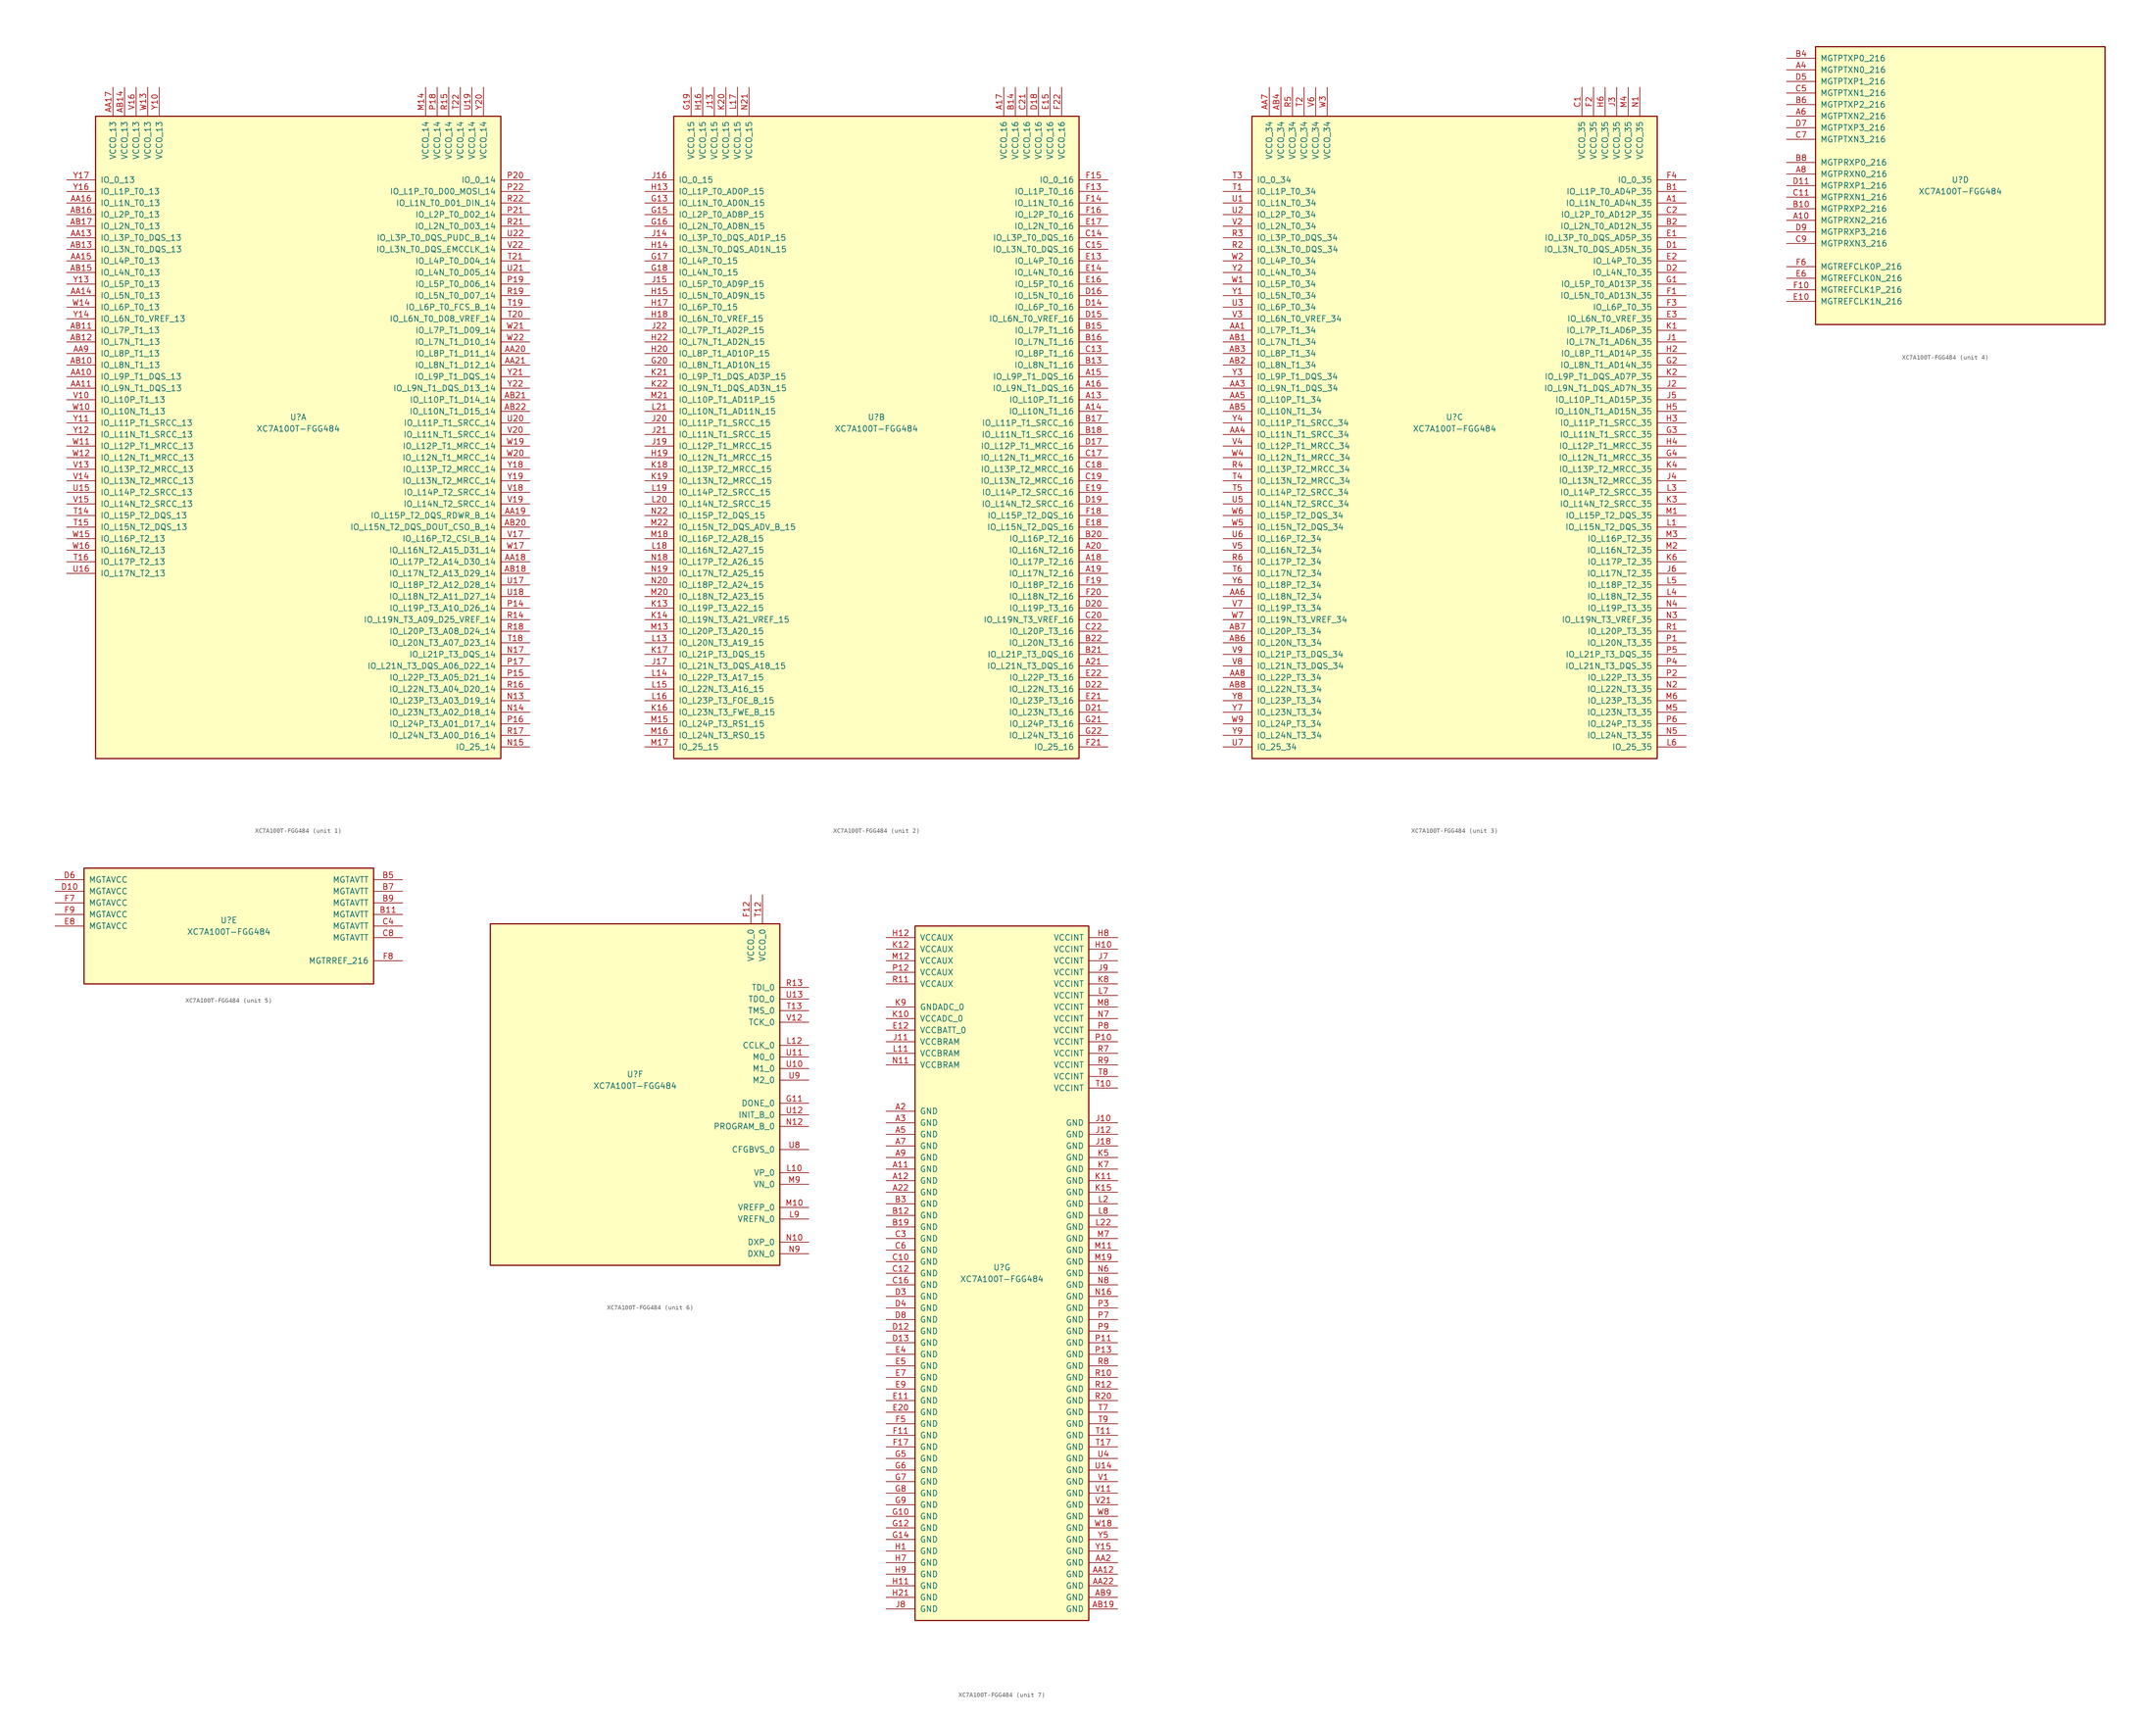
<source format=kicad_sym>
(kicad_symbol_lib
  (version 20211014)
  (generator kicad_symbol_editor)
  (symbol "XC7A100T-FGG484"
    (pin_names
      (offset 1.016))
    (property "Reference" "U"
      (at 0 1.27 0)
      (effects (font (size 1.27 1.27))))
    (property "Value" "XC7A100T-FGG484"
      (at 0 -1.27 0)
      (effects (font (size 1.27 1.27))))
    (property "Datasheet" ""
      (at 0 0 0)
      (effects (font (size 1.27 1.27))))
    (property "ki_locked" ""
      (at 0 0 0)
      (effects (font (size 1.27 1.27))))
    (symbol "XC7A100T-FGG484_1_1"
      (rectangle (start -44.45 67.31) (end 44.45 -73.66) (stroke (width 0.254) (type default) (color 0 0 0 0)) (fill (type background)))
      (pin bidirectional line (at -50.8 10.16 0) (length 6.35) (name "IO_L9P_T1_DQS_13" (effects (font (size 1.27 1.27)))) (number "AA10" (effects (font (size 1.27 1.27)))))
      (pin bidirectional line (at -50.8 7.62 0) (length 6.35) (name "IO_L9N_T1_DQS_13" (effects (font (size 1.27 1.27)))) (number "AA11" (effects (font (size 1.27 1.27)))))
      (pin bidirectional line (at -50.8 40.64 0) (length 6.35) (name "IO_L3P_T0_DQS_13" (effects (font (size 1.27 1.27)))) (number "AA13" (effects (font (size 1.27 1.27)))))
      (pin bidirectional line (at -50.8 27.94 0) (length 6.35) (name "IO_L5N_T0_13" (effects (font (size 1.27 1.27)))) (number "AA14" (effects (font (size 1.27 1.27)))))
      (pin bidirectional line (at -50.8 35.56 0) (length 6.35) (name "IO_L4P_T0_13" (effects (font (size 1.27 1.27)))) (number "AA15" (effects (font (size 1.27 1.27)))))
      (pin bidirectional line (at -50.8 48.26 0) (length 6.35) (name "IO_L1N_T0_13" (effects (font (size 1.27 1.27)))) (number "AA16" (effects (font (size 1.27 1.27)))))
      (pin power_in line (at -40.64 73.66 270) (length 6.35) (name "VCCO_13" (effects (font (size 1.27 1.27)))) (number "AA17" (effects (font (size 1.27 1.27)))))
      (pin bidirectional line (at 50.8 -30.48 180) (length 6.35) (name "IO_L17P_T2_A14_D30_14" (effects (font (size 1.27 1.27)))) (number "AA18" (effects (font (size 1.27 1.27)))))
      (pin bidirectional line (at 50.8 -20.32 180) (length 6.35) (name "IO_L15P_T2_DQS_RDWR_B_14" (effects (font (size 1.27 1.27)))) (number "AA19" (effects (font (size 1.27 1.27)))))
      (pin bidirectional line (at 50.8 15.24 180) (length 6.35) (name "IO_L8P_T1_D11_14" (effects (font (size 1.27 1.27)))) (number "AA20" (effects (font (size 1.27 1.27)))))
      (pin bidirectional line (at 50.8 12.7 180) (length 6.35) (name "IO_L8N_T1_D12_14" (effects (font (size 1.27 1.27)))) (number "AA21" (effects (font (size 1.27 1.27)))))
      (pin bidirectional line (at -50.8 15.24 0) (length 6.35) (name "IO_L8P_T1_13" (effects (font (size 1.27 1.27)))) (number "AA9" (effects (font (size 1.27 1.27)))))
      (pin bidirectional line (at -50.8 12.7 0) (length 6.35) (name "IO_L8N_T1_13" (effects (font (size 1.27 1.27)))) (number "AB10" (effects (font (size 1.27 1.27)))))
      (pin bidirectional line (at -50.8 20.32 0) (length 6.35) (name "IO_L7P_T1_13" (effects (font (size 1.27 1.27)))) (number "AB11" (effects (font (size 1.27 1.27)))))
      (pin bidirectional line (at -50.8 17.78 0) (length 6.35) (name "IO_L7N_T1_13" (effects (font (size 1.27 1.27)))) (number "AB12" (effects (font (size 1.27 1.27)))))
      (pin bidirectional line (at -50.8 38.1 0) (length 6.35) (name "IO_L3N_T0_DQS_13" (effects (font (size 1.27 1.27)))) (number "AB13" (effects (font (size 1.27 1.27)))))
      (pin power_in line (at -38.1 73.66 270) (length 6.35) (name "VCCO_13" (effects (font (size 1.27 1.27)))) (number "AB14" (effects (font (size 1.27 1.27)))))
      (pin bidirectional line (at -50.8 33.02 0) (length 6.35) (name "IO_L4N_T0_13" (effects (font (size 1.27 1.27)))) (number "AB15" (effects (font (size 1.27 1.27)))))
      (pin bidirectional line (at -50.8 45.72 0) (length 6.35) (name "IO_L2P_T0_13" (effects (font (size 1.27 1.27)))) (number "AB16" (effects (font (size 1.27 1.27)))))
      (pin bidirectional line (at -50.8 43.18 0) (length 6.35) (name "IO_L2N_T0_13" (effects (font (size 1.27 1.27)))) (number "AB17" (effects (font (size 1.27 1.27)))))
      (pin bidirectional line (at 50.8 -33.02 180) (length 6.35) (name "IO_L17N_T2_A13_D29_14" (effects (font (size 1.27 1.27)))) (number "AB18" (effects (font (size 1.27 1.27)))))
      (pin bidirectional line (at 50.8 -22.86 180) (length 6.35) (name "IO_L15N_T2_DQS_DOUT_CSO_B_14" (effects (font (size 1.27 1.27)))) (number "AB20" (effects (font (size 1.27 1.27)))))
      (pin bidirectional line (at 50.8 5.08 180) (length 6.35) (name "IO_L10P_T1_D14_14" (effects (font (size 1.27 1.27)))) (number "AB21" (effects (font (size 1.27 1.27)))))
      (pin bidirectional line (at 50.8 2.54 180) (length 6.35) (name "IO_L10N_T1_D15_14" (effects (font (size 1.27 1.27)))) (number "AB22" (effects (font (size 1.27 1.27)))))
      (pin power_in line (at 27.94 73.66 270) (length 6.35) (name "VCCO_14" (effects (font (size 1.27 1.27)))) (number "M14" (effects (font (size 1.27 1.27)))))
      (pin bidirectional line (at 50.8 -60.96 180) (length 6.35) (name "IO_L23P_T3_A03_D19_14" (effects (font (size 1.27 1.27)))) (number "N13" (effects (font (size 1.27 1.27)))))
      (pin bidirectional line (at 50.8 -63.5 180) (length 6.35) (name "IO_L23N_T3_A02_D18_14" (effects (font (size 1.27 1.27)))) (number "N14" (effects (font (size 1.27 1.27)))))
      (pin bidirectional line (at 50.8 -71.12 180) (length 6.35) (name "IO_25_14" (effects (font (size 1.27 1.27)))) (number "N15" (effects (font (size 1.27 1.27)))))
      (pin bidirectional line (at 50.8 -50.8 180) (length 6.35) (name "IO_L21P_T3_DQS_14" (effects (font (size 1.27 1.27)))) (number "N17" (effects (font (size 1.27 1.27)))))
      (pin bidirectional line (at 50.8 -40.64 180) (length 6.35) (name "IO_L19P_T3_A10_D26_14" (effects (font (size 1.27 1.27)))) (number "P14" (effects (font (size 1.27 1.27)))))
      (pin bidirectional line (at 50.8 -55.88 180) (length 6.35) (name "IO_L22P_T3_A05_D21_14" (effects (font (size 1.27 1.27)))) (number "P15" (effects (font (size 1.27 1.27)))))
      (pin bidirectional line (at 50.8 -66.04 180) (length 6.35) (name "IO_L24P_T3_A01_D17_14" (effects (font (size 1.27 1.27)))) (number "P16" (effects (font (size 1.27 1.27)))))
      (pin bidirectional line (at 50.8 -53.34 180) (length 6.35) (name "IO_L21N_T3_DQS_A06_D22_14" (effects (font (size 1.27 1.27)))) (number "P17" (effects (font (size 1.27 1.27)))))
      (pin power_in line (at 30.48 73.66 270) (length 6.35) (name "VCCO_14" (effects (font (size 1.27 1.27)))) (number "P18" (effects (font (size 1.27 1.27)))))
      (pin bidirectional line (at 50.8 30.48 180) (length 6.35) (name "IO_L5P_T0_D06_14" (effects (font (size 1.27 1.27)))) (number "P19" (effects (font (size 1.27 1.27)))))
      (pin bidirectional line (at 50.8 53.34 180) (length 6.35) (name "IO_0_14" (effects (font (size 1.27 1.27)))) (number "P20" (effects (font (size 1.27 1.27)))))
      (pin bidirectional line (at 50.8 45.72 180) (length 6.35) (name "IO_L2P_T0_D02_14" (effects (font (size 1.27 1.27)))) (number "P21" (effects (font (size 1.27 1.27)))))
      (pin bidirectional line (at 50.8 50.8 180) (length 6.35) (name "IO_L1P_T0_D00_MOSI_14" (effects (font (size 1.27 1.27)))) (number "P22" (effects (font (size 1.27 1.27)))))
      (pin bidirectional line (at 50.8 -43.18 180) (length 6.35) (name "IO_L19N_T3_A09_D25_VREF_14" (effects (font (size 1.27 1.27)))) (number "R14" (effects (font (size 1.27 1.27)))))
      (pin power_in line (at 33.02 73.66 270) (length 6.35) (name "VCCO_14" (effects (font (size 1.27 1.27)))) (number "R15" (effects (font (size 1.27 1.27)))))
      (pin bidirectional line (at 50.8 -58.42 180) (length 6.35) (name "IO_L22N_T3_A04_D20_14" (effects (font (size 1.27 1.27)))) (number "R16" (effects (font (size 1.27 1.27)))))
      (pin bidirectional line (at 50.8 -68.58 180) (length 6.35) (name "IO_L24N_T3_A00_D16_14" (effects (font (size 1.27 1.27)))) (number "R17" (effects (font (size 1.27 1.27)))))
      (pin bidirectional line (at 50.8 -45.72 180) (length 6.35) (name "IO_L20P_T3_A08_D24_14" (effects (font (size 1.27 1.27)))) (number "R18" (effects (font (size 1.27 1.27)))))
      (pin bidirectional line (at 50.8 27.94 180) (length 6.35) (name "IO_L5N_T0_D07_14" (effects (font (size 1.27 1.27)))) (number "R19" (effects (font (size 1.27 1.27)))))
      (pin bidirectional line (at 50.8 43.18 180) (length 6.35) (name "IO_L2N_T0_D03_14" (effects (font (size 1.27 1.27)))) (number "R21" (effects (font (size 1.27 1.27)))))
      (pin bidirectional line (at 50.8 48.26 180) (length 6.35) (name "IO_L1N_T0_D01_DIN_14" (effects (font (size 1.27 1.27)))) (number "R22" (effects (font (size 1.27 1.27)))))
      (pin bidirectional line (at -50.8 -20.32 0) (length 6.35) (name "IO_L15P_T2_DQS_13" (effects (font (size 1.27 1.27)))) (number "T14" (effects (font (size 1.27 1.27)))))
      (pin bidirectional line (at -50.8 -22.86 0) (length 6.35) (name "IO_L15N_T2_DQS_13" (effects (font (size 1.27 1.27)))) (number "T15" (effects (font (size 1.27 1.27)))))
      (pin bidirectional line (at -50.8 -30.48 0) (length 6.35) (name "IO_L17P_T2_13" (effects (font (size 1.27 1.27)))) (number "T16" (effects (font (size 1.27 1.27)))))
      (pin bidirectional line (at 50.8 -48.26 180) (length 6.35) (name "IO_L20N_T3_A07_D23_14" (effects (font (size 1.27 1.27)))) (number "T18" (effects (font (size 1.27 1.27)))))
      (pin bidirectional line (at 50.8 25.4 180) (length 6.35) (name "IO_L6P_T0_FCS_B_14" (effects (font (size 1.27 1.27)))) (number "T19" (effects (font (size 1.27 1.27)))))
      (pin bidirectional line (at 50.8 22.86 180) (length 6.35) (name "IO_L6N_T0_D08_VREF_14" (effects (font (size 1.27 1.27)))) (number "T20" (effects (font (size 1.27 1.27)))))
      (pin bidirectional line (at 50.8 35.56 180) (length 6.35) (name "IO_L4P_T0_D04_14" (effects (font (size 1.27 1.27)))) (number "T21" (effects (font (size 1.27 1.27)))))
      (pin power_in line (at 35.56 73.66 270) (length 6.35) (name "VCCO_14" (effects (font (size 1.27 1.27)))) (number "T22" (effects (font (size 1.27 1.27)))))
      (pin bidirectional line (at -50.8 -15.24 0) (length 6.35) (name "IO_L14P_T2_SRCC_13" (effects (font (size 1.27 1.27)))) (number "U15" (effects (font (size 1.27 1.27)))))
      (pin bidirectional line (at -50.8 -33.02 0) (length 6.35) (name "IO_L17N_T2_13" (effects (font (size 1.27 1.27)))) (number "U16" (effects (font (size 1.27 1.27)))))
      (pin bidirectional line (at 50.8 -35.56 180) (length 6.35) (name "IO_L18P_T2_A12_D28_14" (effects (font (size 1.27 1.27)))) (number "U17" (effects (font (size 1.27 1.27)))))
      (pin bidirectional line (at 50.8 -38.1 180) (length 6.35) (name "IO_L18N_T2_A11_D27_14" (effects (font (size 1.27 1.27)))) (number "U18" (effects (font (size 1.27 1.27)))))
      (pin power_in line (at 38.1 73.66 270) (length 6.35) (name "VCCO_14" (effects (font (size 1.27 1.27)))) (number "U19" (effects (font (size 1.27 1.27)))))
      (pin bidirectional line (at 50.8 0 180) (length 6.35) (name "IO_L11P_T1_SRCC_14" (effects (font (size 1.27 1.27)))) (number "U20" (effects (font (size 1.27 1.27)))))
      (pin bidirectional line (at 50.8 33.02 180) (length 6.35) (name "IO_L4N_T0_D05_14" (effects (font (size 1.27 1.27)))) (number "U21" (effects (font (size 1.27 1.27)))))
      (pin bidirectional line (at 50.8 40.64 180) (length 6.35) (name "IO_L3P_T0_DQS_PUDC_B_14" (effects (font (size 1.27 1.27)))) (number "U22" (effects (font (size 1.27 1.27)))))
      (pin bidirectional line (at -50.8 5.08 0) (length 6.35) (name "IO_L10P_T1_13" (effects (font (size 1.27 1.27)))) (number "V10" (effects (font (size 1.27 1.27)))))
      (pin bidirectional line (at -50.8 -10.16 0) (length 6.35) (name "IO_L13P_T2_MRCC_13" (effects (font (size 1.27 1.27)))) (number "V13" (effects (font (size 1.27 1.27)))))
      (pin bidirectional line (at -50.8 -12.7 0) (length 6.35) (name "IO_L13N_T2_MRCC_13" (effects (font (size 1.27 1.27)))) (number "V14" (effects (font (size 1.27 1.27)))))
      (pin bidirectional line (at -50.8 -17.78 0) (length 6.35) (name "IO_L14N_T2_SRCC_13" (effects (font (size 1.27 1.27)))) (number "V15" (effects (font (size 1.27 1.27)))))
      (pin power_in line (at -35.56 73.66 270) (length 6.35) (name "VCCO_13" (effects (font (size 1.27 1.27)))) (number "V16" (effects (font (size 1.27 1.27)))))
      (pin bidirectional line (at 50.8 -25.4 180) (length 6.35) (name "IO_L16P_T2_CSI_B_14" (effects (font (size 1.27 1.27)))) (number "V17" (effects (font (size 1.27 1.27)))))
      (pin bidirectional line (at 50.8 -15.24 180) (length 6.35) (name "IO_L14P_T2_SRCC_14" (effects (font (size 1.27 1.27)))) (number "V18" (effects (font (size 1.27 1.27)))))
      (pin bidirectional line (at 50.8 -17.78 180) (length 6.35) (name "IO_L14N_T2_SRCC_14" (effects (font (size 1.27 1.27)))) (number "V19" (effects (font (size 1.27 1.27)))))
      (pin bidirectional line (at 50.8 -2.54 180) (length 6.35) (name "IO_L11N_T1_SRCC_14" (effects (font (size 1.27 1.27)))) (number "V20" (effects (font (size 1.27 1.27)))))
      (pin bidirectional line (at 50.8 38.1 180) (length 6.35) (name "IO_L3N_T0_DQS_EMCCLK_14" (effects (font (size 1.27 1.27)))) (number "V22" (effects (font (size 1.27 1.27)))))
      (pin bidirectional line (at -50.8 2.54 0) (length 6.35) (name "IO_L10N_T1_13" (effects (font (size 1.27 1.27)))) (number "W10" (effects (font (size 1.27 1.27)))))
      (pin bidirectional line (at -50.8 -5.08 0) (length 6.35) (name "IO_L12P_T1_MRCC_13" (effects (font (size 1.27 1.27)))) (number "W11" (effects (font (size 1.27 1.27)))))
      (pin bidirectional line (at -50.8 -7.62 0) (length 6.35) (name "IO_L12N_T1_MRCC_13" (effects (font (size 1.27 1.27)))) (number "W12" (effects (font (size 1.27 1.27)))))
      (pin power_in line (at -33.02 73.66 270) (length 6.35) (name "VCCO_13" (effects (font (size 1.27 1.27)))) (number "W13" (effects (font (size 1.27 1.27)))))
      (pin bidirectional line (at -50.8 25.4 0) (length 6.35) (name "IO_L6P_T0_13" (effects (font (size 1.27 1.27)))) (number "W14" (effects (font (size 1.27 1.27)))))
      (pin bidirectional line (at -50.8 -25.4 0) (length 6.35) (name "IO_L16P_T2_13" (effects (font (size 1.27 1.27)))) (number "W15" (effects (font (size 1.27 1.27)))))
      (pin bidirectional line (at -50.8 -27.94 0) (length 6.35) (name "IO_L16N_T2_13" (effects (font (size 1.27 1.27)))) (number "W16" (effects (font (size 1.27 1.27)))))
      (pin bidirectional line (at 50.8 -27.94 180) (length 6.35) (name "IO_L16N_T2_A15_D31_14" (effects (font (size 1.27 1.27)))) (number "W17" (effects (font (size 1.27 1.27)))))
      (pin bidirectional line (at 50.8 -5.08 180) (length 6.35) (name "IO_L12P_T1_MRCC_14" (effects (font (size 1.27 1.27)))) (number "W19" (effects (font (size 1.27 1.27)))))
      (pin bidirectional line (at 50.8 -7.62 180) (length 6.35) (name "IO_L12N_T1_MRCC_14" (effects (font (size 1.27 1.27)))) (number "W20" (effects (font (size 1.27 1.27)))))
      (pin bidirectional line (at 50.8 20.32 180) (length 6.35) (name "IO_L7P_T1_D09_14" (effects (font (size 1.27 1.27)))) (number "W21" (effects (font (size 1.27 1.27)))))
      (pin bidirectional line (at 50.8 17.78 180) (length 6.35) (name "IO_L7N_T1_D10_14" (effects (font (size 1.27 1.27)))) (number "W22" (effects (font (size 1.27 1.27)))))
      (pin power_in line (at -30.48 73.66 270) (length 6.35) (name "VCCO_13" (effects (font (size 1.27 1.27)))) (number "Y10" (effects (font (size 1.27 1.27)))))
      (pin bidirectional line (at -50.8 0 0) (length 6.35) (name "IO_L11P_T1_SRCC_13" (effects (font (size 1.27 1.27)))) (number "Y11" (effects (font (size 1.27 1.27)))))
      (pin bidirectional line (at -50.8 -2.54 0) (length 6.35) (name "IO_L11N_T1_SRCC_13" (effects (font (size 1.27 1.27)))) (number "Y12" (effects (font (size 1.27 1.27)))))
      (pin bidirectional line (at -50.8 30.48 0) (length 6.35) (name "IO_L5P_T0_13" (effects (font (size 1.27 1.27)))) (number "Y13" (effects (font (size 1.27 1.27)))))
      (pin bidirectional line (at -50.8 22.86 0) (length 6.35) (name "IO_L6N_T0_VREF_13" (effects (font (size 1.27 1.27)))) (number "Y14" (effects (font (size 1.27 1.27)))))
      (pin bidirectional line (at -50.8 50.8 0) (length 6.35) (name "IO_L1P_T0_13" (effects (font (size 1.27 1.27)))) (number "Y16" (effects (font (size 1.27 1.27)))))
      (pin bidirectional line (at -50.8 53.34 0) (length 6.35) (name "IO_0_13" (effects (font (size 1.27 1.27)))) (number "Y17" (effects (font (size 1.27 1.27)))))
      (pin bidirectional line (at 50.8 -10.16 180) (length 6.35) (name "IO_L13P_T2_MRCC_14" (effects (font (size 1.27 1.27)))) (number "Y18" (effects (font (size 1.27 1.27)))))
      (pin bidirectional line (at 50.8 -12.7 180) (length 6.35) (name "IO_L13N_T2_MRCC_14" (effects (font (size 1.27 1.27)))) (number "Y19" (effects (font (size 1.27 1.27)))))
      (pin power_in line (at 40.64 73.66 270) (length 6.35) (name "VCCO_14" (effects (font (size 1.27 1.27)))) (number "Y20" (effects (font (size 1.27 1.27)))))
      (pin bidirectional line (at 50.8 10.16 180) (length 6.35) (name "IO_L9P_T1_DQS_14" (effects (font (size 1.27 1.27)))) (number "Y21" (effects (font (size 1.27 1.27)))))
      (pin bidirectional line (at 50.8 7.62 180) (length 6.35) (name "IO_L9N_T1_DQS_D13_14" (effects (font (size 1.27 1.27)))) (number "Y22" (effects (font (size 1.27 1.27))))))
    (symbol "XC7A100T-FGG484_2_1"
      (rectangle (start -44.45 67.31) (end 44.45 -73.66) (stroke (width 0.254) (type default) (color 0 0 0 0)) (fill (type background)))
      (pin bidirectional line (at 50.8 5.08 180) (length 6.35) (name "IO_L10P_T1_16" (effects (font (size 1.27 1.27)))) (number "A13" (effects (font (size 1.27 1.27)))))
      (pin bidirectional line (at 50.8 2.54 180) (length 6.35) (name "IO_L10N_T1_16" (effects (font (size 1.27 1.27)))) (number "A14" (effects (font (size 1.27 1.27)))))
      (pin bidirectional line (at 50.8 10.16 180) (length 6.35) (name "IO_L9P_T1_DQS_16" (effects (font (size 1.27 1.27)))) (number "A15" (effects (font (size 1.27 1.27)))))
      (pin bidirectional line (at 50.8 7.62 180) (length 6.35) (name "IO_L9N_T1_DQS_16" (effects (font (size 1.27 1.27)))) (number "A16" (effects (font (size 1.27 1.27)))))
      (pin power_in line (at 27.94 73.66 270) (length 6.35) (name "VCCO_16" (effects (font (size 1.27 1.27)))) (number "A17" (effects (font (size 1.27 1.27)))))
      (pin bidirectional line (at 50.8 -30.48 180) (length 6.35) (name "IO_L17P_T2_16" (effects (font (size 1.27 1.27)))) (number "A18" (effects (font (size 1.27 1.27)))))
      (pin bidirectional line (at 50.8 -33.02 180) (length 6.35) (name "IO_L17N_T2_16" (effects (font (size 1.27 1.27)))) (number "A19" (effects (font (size 1.27 1.27)))))
      (pin bidirectional line (at 50.8 -27.94 180) (length 6.35) (name "IO_L16N_T2_16" (effects (font (size 1.27 1.27)))) (number "A20" (effects (font (size 1.27 1.27)))))
      (pin bidirectional line (at 50.8 -53.34 180) (length 6.35) (name "IO_L21N_T3_DQS_16" (effects (font (size 1.27 1.27)))) (number "A21" (effects (font (size 1.27 1.27)))))
      (pin bidirectional line (at 50.8 12.7 180) (length 6.35) (name "IO_L8N_T1_16" (effects (font (size 1.27 1.27)))) (number "B13" (effects (font (size 1.27 1.27)))))
      (pin power_in line (at 30.48 73.66 270) (length 6.35) (name "VCCO_16" (effects (font (size 1.27 1.27)))) (number "B14" (effects (font (size 1.27 1.27)))))
      (pin bidirectional line (at 50.8 20.32 180) (length 6.35) (name "IO_L7P_T1_16" (effects (font (size 1.27 1.27)))) (number "B15" (effects (font (size 1.27 1.27)))))
      (pin bidirectional line (at 50.8 17.78 180) (length 6.35) (name "IO_L7N_T1_16" (effects (font (size 1.27 1.27)))) (number "B16" (effects (font (size 1.27 1.27)))))
      (pin bidirectional line (at 50.8 0 180) (length 6.35) (name "IO_L11P_T1_SRCC_16" (effects (font (size 1.27 1.27)))) (number "B17" (effects (font (size 1.27 1.27)))))
      (pin bidirectional line (at 50.8 -2.54 180) (length 6.35) (name "IO_L11N_T1_SRCC_16" (effects (font (size 1.27 1.27)))) (number "B18" (effects (font (size 1.27 1.27)))))
      (pin bidirectional line (at 50.8 -25.4 180) (length 6.35) (name "IO_L16P_T2_16" (effects (font (size 1.27 1.27)))) (number "B20" (effects (font (size 1.27 1.27)))))
      (pin bidirectional line (at 50.8 -50.8 180) (length 6.35) (name "IO_L21P_T3_DQS_16" (effects (font (size 1.27 1.27)))) (number "B21" (effects (font (size 1.27 1.27)))))
      (pin bidirectional line (at 50.8 -48.26 180) (length 6.35) (name "IO_L20N_T3_16" (effects (font (size 1.27 1.27)))) (number "B22" (effects (font (size 1.27 1.27)))))
      (pin bidirectional line (at 50.8 15.24 180) (length 6.35) (name "IO_L8P_T1_16" (effects (font (size 1.27 1.27)))) (number "C13" (effects (font (size 1.27 1.27)))))
      (pin bidirectional line (at 50.8 40.64 180) (length 6.35) (name "IO_L3P_T0_DQS_16" (effects (font (size 1.27 1.27)))) (number "C14" (effects (font (size 1.27 1.27)))))
      (pin bidirectional line (at 50.8 38.1 180) (length 6.35) (name "IO_L3N_T0_DQS_16" (effects (font (size 1.27 1.27)))) (number "C15" (effects (font (size 1.27 1.27)))))
      (pin bidirectional line (at 50.8 -7.62 180) (length 6.35) (name "IO_L12N_T1_MRCC_16" (effects (font (size 1.27 1.27)))) (number "C17" (effects (font (size 1.27 1.27)))))
      (pin bidirectional line (at 50.8 -10.16 180) (length 6.35) (name "IO_L13P_T2_MRCC_16" (effects (font (size 1.27 1.27)))) (number "C18" (effects (font (size 1.27 1.27)))))
      (pin bidirectional line (at 50.8 -12.7 180) (length 6.35) (name "IO_L13N_T2_MRCC_16" (effects (font (size 1.27 1.27)))) (number "C19" (effects (font (size 1.27 1.27)))))
      (pin bidirectional line (at 50.8 -43.18 180) (length 6.35) (name "IO_L19N_T3_VREF_16" (effects (font (size 1.27 1.27)))) (number "C20" (effects (font (size 1.27 1.27)))))
      (pin power_in line (at 33.02 73.66 270) (length 6.35) (name "VCCO_16" (effects (font (size 1.27 1.27)))) (number "C21" (effects (font (size 1.27 1.27)))))
      (pin bidirectional line (at 50.8 -45.72 180) (length 6.35) (name "IO_L20P_T3_16" (effects (font (size 1.27 1.27)))) (number "C22" (effects (font (size 1.27 1.27)))))
      (pin bidirectional line (at 50.8 25.4 180) (length 6.35) (name "IO_L6P_T0_16" (effects (font (size 1.27 1.27)))) (number "D14" (effects (font (size 1.27 1.27)))))
      (pin bidirectional line (at 50.8 22.86 180) (length 6.35) (name "IO_L6N_T0_VREF_16" (effects (font (size 1.27 1.27)))) (number "D15" (effects (font (size 1.27 1.27)))))
      (pin bidirectional line (at 50.8 27.94 180) (length 6.35) (name "IO_L5N_T0_16" (effects (font (size 1.27 1.27)))) (number "D16" (effects (font (size 1.27 1.27)))))
      (pin bidirectional line (at 50.8 -5.08 180) (length 6.35) (name "IO_L12P_T1_MRCC_16" (effects (font (size 1.27 1.27)))) (number "D17" (effects (font (size 1.27 1.27)))))
      (pin power_in line (at 35.56 73.66 270) (length 6.35) (name "VCCO_16" (effects (font (size 1.27 1.27)))) (number "D18" (effects (font (size 1.27 1.27)))))
      (pin bidirectional line (at 50.8 -17.78 180) (length 6.35) (name "IO_L14N_T2_SRCC_16" (effects (font (size 1.27 1.27)))) (number "D19" (effects (font (size 1.27 1.27)))))
      (pin bidirectional line (at 50.8 -40.64 180) (length 6.35) (name "IO_L19P_T3_16" (effects (font (size 1.27 1.27)))) (number "D20" (effects (font (size 1.27 1.27)))))
      (pin bidirectional line (at 50.8 -63.5 180) (length 6.35) (name "IO_L23N_T3_16" (effects (font (size 1.27 1.27)))) (number "D21" (effects (font (size 1.27 1.27)))))
      (pin bidirectional line (at 50.8 -58.42 180) (length 6.35) (name "IO_L22N_T3_16" (effects (font (size 1.27 1.27)))) (number "D22" (effects (font (size 1.27 1.27)))))
      (pin bidirectional line (at 50.8 35.56 180) (length 6.35) (name "IO_L4P_T0_16" (effects (font (size 1.27 1.27)))) (number "E13" (effects (font (size 1.27 1.27)))))
      (pin bidirectional line (at 50.8 33.02 180) (length 6.35) (name "IO_L4N_T0_16" (effects (font (size 1.27 1.27)))) (number "E14" (effects (font (size 1.27 1.27)))))
      (pin power_in line (at 38.1 73.66 270) (length 6.35) (name "VCCO_16" (effects (font (size 1.27 1.27)))) (number "E15" (effects (font (size 1.27 1.27)))))
      (pin bidirectional line (at 50.8 30.48 180) (length 6.35) (name "IO_L5P_T0_16" (effects (font (size 1.27 1.27)))) (number "E16" (effects (font (size 1.27 1.27)))))
      (pin bidirectional line (at 50.8 43.18 180) (length 6.35) (name "IO_L2N_T0_16" (effects (font (size 1.27 1.27)))) (number "E17" (effects (font (size 1.27 1.27)))))
      (pin bidirectional line (at 50.8 -22.86 180) (length 6.35) (name "IO_L15N_T2_DQS_16" (effects (font (size 1.27 1.27)))) (number "E18" (effects (font (size 1.27 1.27)))))
      (pin bidirectional line (at 50.8 -15.24 180) (length 6.35) (name "IO_L14P_T2_SRCC_16" (effects (font (size 1.27 1.27)))) (number "E19" (effects (font (size 1.27 1.27)))))
      (pin bidirectional line (at 50.8 -60.96 180) (length 6.35) (name "IO_L23P_T3_16" (effects (font (size 1.27 1.27)))) (number "E21" (effects (font (size 1.27 1.27)))))
      (pin bidirectional line (at 50.8 -55.88 180) (length 6.35) (name "IO_L22P_T3_16" (effects (font (size 1.27 1.27)))) (number "E22" (effects (font (size 1.27 1.27)))))
      (pin bidirectional line (at 50.8 50.8 180) (length 6.35) (name "IO_L1P_T0_16" (effects (font (size 1.27 1.27)))) (number "F13" (effects (font (size 1.27 1.27)))))
      (pin bidirectional line (at 50.8 48.26 180) (length 6.35) (name "IO_L1N_T0_16" (effects (font (size 1.27 1.27)))) (number "F14" (effects (font (size 1.27 1.27)))))
      (pin bidirectional line (at 50.8 53.34 180) (length 6.35) (name "IO_0_16" (effects (font (size 1.27 1.27)))) (number "F15" (effects (font (size 1.27 1.27)))))
      (pin bidirectional line (at 50.8 45.72 180) (length 6.35) (name "IO_L2P_T0_16" (effects (font (size 1.27 1.27)))) (number "F16" (effects (font (size 1.27 1.27)))))
      (pin bidirectional line (at 50.8 -20.32 180) (length 6.35) (name "IO_L15P_T2_DQS_16" (effects (font (size 1.27 1.27)))) (number "F18" (effects (font (size 1.27 1.27)))))
      (pin bidirectional line (at 50.8 -35.56 180) (length 6.35) (name "IO_L18P_T2_16" (effects (font (size 1.27 1.27)))) (number "F19" (effects (font (size 1.27 1.27)))))
      (pin bidirectional line (at 50.8 -38.1 180) (length 6.35) (name "IO_L18N_T2_16" (effects (font (size 1.27 1.27)))) (number "F20" (effects (font (size 1.27 1.27)))))
      (pin bidirectional line (at 50.8 -71.12 180) (length 6.35) (name "IO_25_16" (effects (font (size 1.27 1.27)))) (number "F21" (effects (font (size 1.27 1.27)))))
      (pin power_in line (at 40.64 73.66 270) (length 6.35) (name "VCCO_16" (effects (font (size 1.27 1.27)))) (number "F22" (effects (font (size 1.27 1.27)))))
      (pin bidirectional line (at -50.8 48.26 0) (length 6.35) (name "IO_L1N_T0_AD0N_15" (effects (font (size 1.27 1.27)))) (number "G13" (effects (font (size 1.27 1.27)))))
      (pin bidirectional line (at -50.8 45.72 0) (length 6.35) (name "IO_L2P_T0_AD8P_15" (effects (font (size 1.27 1.27)))) (number "G15" (effects (font (size 1.27 1.27)))))
      (pin bidirectional line (at -50.8 43.18 0) (length 6.35) (name "IO_L2N_T0_AD8N_15" (effects (font (size 1.27 1.27)))) (number "G16" (effects (font (size 1.27 1.27)))))
      (pin bidirectional line (at -50.8 35.56 0) (length 6.35) (name "IO_L4P_T0_15" (effects (font (size 1.27 1.27)))) (number "G17" (effects (font (size 1.27 1.27)))))
      (pin bidirectional line (at -50.8 33.02 0) (length 6.35) (name "IO_L4N_T0_15" (effects (font (size 1.27 1.27)))) (number "G18" (effects (font (size 1.27 1.27)))))
      (pin power_in line (at -40.64 73.66 270) (length 6.35) (name "VCCO_15" (effects (font (size 1.27 1.27)))) (number "G19" (effects (font (size 1.27 1.27)))))
      (pin bidirectional line (at -50.8 12.7 0) (length 6.35) (name "IO_L8N_T1_AD10N_15" (effects (font (size 1.27 1.27)))) (number "G20" (effects (font (size 1.27 1.27)))))
      (pin bidirectional line (at 50.8 -66.04 180) (length 6.35) (name "IO_L24P_T3_16" (effects (font (size 1.27 1.27)))) (number "G21" (effects (font (size 1.27 1.27)))))
      (pin bidirectional line (at 50.8 -68.58 180) (length 6.35) (name "IO_L24N_T3_16" (effects (font (size 1.27 1.27)))) (number "G22" (effects (font (size 1.27 1.27)))))
      (pin bidirectional line (at -50.8 50.8 0) (length 6.35) (name "IO_L1P_T0_AD0P_15" (effects (font (size 1.27 1.27)))) (number "H13" (effects (font (size 1.27 1.27)))))
      (pin bidirectional line (at -50.8 38.1 0) (length 6.35) (name "IO_L3N_T0_DQS_AD1N_15" (effects (font (size 1.27 1.27)))) (number "H14" (effects (font (size 1.27 1.27)))))
      (pin bidirectional line (at -50.8 27.94 0) (length 6.35) (name "IO_L5N_T0_AD9N_15" (effects (font (size 1.27 1.27)))) (number "H15" (effects (font (size 1.27 1.27)))))
      (pin power_in line (at -38.1 73.66 270) (length 6.35) (name "VCCO_15" (effects (font (size 1.27 1.27)))) (number "H16" (effects (font (size 1.27 1.27)))))
      (pin bidirectional line (at -50.8 25.4 0) (length 6.35) (name "IO_L6P_T0_15" (effects (font (size 1.27 1.27)))) (number "H17" (effects (font (size 1.27 1.27)))))
      (pin bidirectional line (at -50.8 22.86 0) (length 6.35) (name "IO_L6N_T0_VREF_15" (effects (font (size 1.27 1.27)))) (number "H18" (effects (font (size 1.27 1.27)))))
      (pin bidirectional line (at -50.8 -7.62 0) (length 6.35) (name "IO_L12N_T1_MRCC_15" (effects (font (size 1.27 1.27)))) (number "H19" (effects (font (size 1.27 1.27)))))
      (pin bidirectional line (at -50.8 15.24 0) (length 6.35) (name "IO_L8P_T1_AD10P_15" (effects (font (size 1.27 1.27)))) (number "H20" (effects (font (size 1.27 1.27)))))
      (pin bidirectional line (at -50.8 17.78 0) (length 6.35) (name "IO_L7N_T1_AD2N_15" (effects (font (size 1.27 1.27)))) (number "H22" (effects (font (size 1.27 1.27)))))
      (pin power_in line (at -35.56 73.66 270) (length 6.35) (name "VCCO_15" (effects (font (size 1.27 1.27)))) (number "J13" (effects (font (size 1.27 1.27)))))
      (pin bidirectional line (at -50.8 40.64 0) (length 6.35) (name "IO_L3P_T0_DQS_AD1P_15" (effects (font (size 1.27 1.27)))) (number "J14" (effects (font (size 1.27 1.27)))))
      (pin bidirectional line (at -50.8 30.48 0) (length 6.35) (name "IO_L5P_T0_AD9P_15" (effects (font (size 1.27 1.27)))) (number "J15" (effects (font (size 1.27 1.27)))))
      (pin bidirectional line (at -50.8 53.34 0) (length 6.35) (name "IO_0_15" (effects (font (size 1.27 1.27)))) (number "J16" (effects (font (size 1.27 1.27)))))
      (pin bidirectional line (at -50.8 -53.34 0) (length 6.35) (name "IO_L21N_T3_DQS_A18_15" (effects (font (size 1.27 1.27)))) (number "J17" (effects (font (size 1.27 1.27)))))
      (pin bidirectional line (at -50.8 -5.08 0) (length 6.35) (name "IO_L12P_T1_MRCC_15" (effects (font (size 1.27 1.27)))) (number "J19" (effects (font (size 1.27 1.27)))))
      (pin bidirectional line (at -50.8 0 0) (length 6.35) (name "IO_L11P_T1_SRCC_15" (effects (font (size 1.27 1.27)))) (number "J20" (effects (font (size 1.27 1.27)))))
      (pin bidirectional line (at -50.8 -2.54 0) (length 6.35) (name "IO_L11N_T1_SRCC_15" (effects (font (size 1.27 1.27)))) (number "J21" (effects (font (size 1.27 1.27)))))
      (pin bidirectional line (at -50.8 20.32 0) (length 6.35) (name "IO_L7P_T1_AD2P_15" (effects (font (size 1.27 1.27)))) (number "J22" (effects (font (size 1.27 1.27)))))
      (pin bidirectional line (at -50.8 -40.64 0) (length 6.35) (name "IO_L19P_T3_A22_15" (effects (font (size 1.27 1.27)))) (number "K13" (effects (font (size 1.27 1.27)))))
      (pin bidirectional line (at -50.8 -43.18 0) (length 6.35) (name "IO_L19N_T3_A21_VREF_15" (effects (font (size 1.27 1.27)))) (number "K14" (effects (font (size 1.27 1.27)))))
      (pin bidirectional line (at -50.8 -63.5 0) (length 6.35) (name "IO_L23N_T3_FWE_B_15" (effects (font (size 1.27 1.27)))) (number "K16" (effects (font (size 1.27 1.27)))))
      (pin bidirectional line (at -50.8 -50.8 0) (length 6.35) (name "IO_L21P_T3_DQS_15" (effects (font (size 1.27 1.27)))) (number "K17" (effects (font (size 1.27 1.27)))))
      (pin bidirectional line (at -50.8 -10.16 0) (length 6.35) (name "IO_L13P_T2_MRCC_15" (effects (font (size 1.27 1.27)))) (number "K18" (effects (font (size 1.27 1.27)))))
      (pin bidirectional line (at -50.8 -12.7 0) (length 6.35) (name "IO_L13N_T2_MRCC_15" (effects (font (size 1.27 1.27)))) (number "K19" (effects (font (size 1.27 1.27)))))
      (pin power_in line (at -33.02 73.66 270) (length 6.35) (name "VCCO_15" (effects (font (size 1.27 1.27)))) (number "K20" (effects (font (size 1.27 1.27)))))
      (pin bidirectional line (at -50.8 10.16 0) (length 6.35) (name "IO_L9P_T1_DQS_AD3P_15" (effects (font (size 1.27 1.27)))) (number "K21" (effects (font (size 1.27 1.27)))))
      (pin bidirectional line (at -50.8 7.62 0) (length 6.35) (name "IO_L9N_T1_DQS_AD3N_15" (effects (font (size 1.27 1.27)))) (number "K22" (effects (font (size 1.27 1.27)))))
      (pin bidirectional line (at -50.8 -48.26 0) (length 6.35) (name "IO_L20N_T3_A19_15" (effects (font (size 1.27 1.27)))) (number "L13" (effects (font (size 1.27 1.27)))))
      (pin bidirectional line (at -50.8 -55.88 0) (length 6.35) (name "IO_L22P_T3_A17_15" (effects (font (size 1.27 1.27)))) (number "L14" (effects (font (size 1.27 1.27)))))
      (pin bidirectional line (at -50.8 -58.42 0) (length 6.35) (name "IO_L22N_T3_A16_15" (effects (font (size 1.27 1.27)))) (number "L15" (effects (font (size 1.27 1.27)))))
      (pin bidirectional line (at -50.8 -60.96 0) (length 6.35) (name "IO_L23P_T3_FOE_B_15" (effects (font (size 1.27 1.27)))) (number "L16" (effects (font (size 1.27 1.27)))))
      (pin power_in line (at -30.48 73.66 270) (length 6.35) (name "VCCO_15" (effects (font (size 1.27 1.27)))) (number "L17" (effects (font (size 1.27 1.27)))))
      (pin bidirectional line (at -50.8 -27.94 0) (length 6.35) (name "IO_L16N_T2_A27_15" (effects (font (size 1.27 1.27)))) (number "L18" (effects (font (size 1.27 1.27)))))
      (pin bidirectional line (at -50.8 -15.24 0) (length 6.35) (name "IO_L14P_T2_SRCC_15" (effects (font (size 1.27 1.27)))) (number "L19" (effects (font (size 1.27 1.27)))))
      (pin bidirectional line (at -50.8 -17.78 0) (length 6.35) (name "IO_L14N_T2_SRCC_15" (effects (font (size 1.27 1.27)))) (number "L20" (effects (font (size 1.27 1.27)))))
      (pin bidirectional line (at -50.8 2.54 0) (length 6.35) (name "IO_L10N_T1_AD11N_15" (effects (font (size 1.27 1.27)))) (number "L21" (effects (font (size 1.27 1.27)))))
      (pin bidirectional line (at -50.8 -45.72 0) (length 6.35) (name "IO_L20P_T3_A20_15" (effects (font (size 1.27 1.27)))) (number "M13" (effects (font (size 1.27 1.27)))))
      (pin bidirectional line (at -50.8 -66.04 0) (length 6.35) (name "IO_L24P_T3_RS1_15" (effects (font (size 1.27 1.27)))) (number "M15" (effects (font (size 1.27 1.27)))))
      (pin bidirectional line (at -50.8 -68.58 0) (length 6.35) (name "IO_L24N_T3_RS0_15" (effects (font (size 1.27 1.27)))) (number "M16" (effects (font (size 1.27 1.27)))))
      (pin bidirectional line (at -50.8 -71.12 0) (length 6.35) (name "IO_25_15" (effects (font (size 1.27 1.27)))) (number "M17" (effects (font (size 1.27 1.27)))))
      (pin bidirectional line (at -50.8 -25.4 0) (length 6.35) (name "IO_L16P_T2_A28_15" (effects (font (size 1.27 1.27)))) (number "M18" (effects (font (size 1.27 1.27)))))
      (pin bidirectional line (at -50.8 -38.1 0) (length 6.35) (name "IO_L18N_T2_A23_15" (effects (font (size 1.27 1.27)))) (number "M20" (effects (font (size 1.27 1.27)))))
      (pin bidirectional line (at -50.8 5.08 0) (length 6.35) (name "IO_L10P_T1_AD11P_15" (effects (font (size 1.27 1.27)))) (number "M21" (effects (font (size 1.27 1.27)))))
      (pin bidirectional line (at -50.8 -22.86 0) (length 6.35) (name "IO_L15N_T2_DQS_ADV_B_15" (effects (font (size 1.27 1.27)))) (number "M22" (effects (font (size 1.27 1.27)))))
      (pin bidirectional line (at -50.8 -30.48 0) (length 6.35) (name "IO_L17P_T2_A26_15" (effects (font (size 1.27 1.27)))) (number "N18" (effects (font (size 1.27 1.27)))))
      (pin bidirectional line (at -50.8 -33.02 0) (length 6.35) (name "IO_L17N_T2_A25_15" (effects (font (size 1.27 1.27)))) (number "N19" (effects (font (size 1.27 1.27)))))
      (pin bidirectional line (at -50.8 -35.56 0) (length 6.35) (name "IO_L18P_T2_A24_15" (effects (font (size 1.27 1.27)))) (number "N20" (effects (font (size 1.27 1.27)))))
      (pin power_in line (at -27.94 73.66 270) (length 6.35) (name "VCCO_15" (effects (font (size 1.27 1.27)))) (number "N21" (effects (font (size 1.27 1.27)))))
      (pin bidirectional line (at -50.8 -20.32 0) (length 6.35) (name "IO_L15P_T2_DQS_15" (effects (font (size 1.27 1.27)))) (number "N22" (effects (font (size 1.27 1.27))))))
    (symbol "XC7A100T-FGG484_3_1"
      (rectangle (start -44.45 67.31) (end 44.45 -73.66) (stroke (width 0.254) (type default) (color 0 0 0 0)) (fill (type background)))
      (pin bidirectional line (at 50.8 48.26 180) (length 6.35) (name "IO_L1N_T0_AD4N_35" (effects (font (size 1.27 1.27)))) (number "A1" (effects (font (size 1.27 1.27)))))
      (pin bidirectional line (at -50.8 20.32 0) (length 6.35) (name "IO_L7P_T1_34" (effects (font (size 1.27 1.27)))) (number "AA1" (effects (font (size 1.27 1.27)))))
      (pin bidirectional line (at -50.8 7.62 0) (length 6.35) (name "IO_L9N_T1_DQS_34" (effects (font (size 1.27 1.27)))) (number "AA3" (effects (font (size 1.27 1.27)))))
      (pin bidirectional line (at -50.8 -2.54 0) (length 6.35) (name "IO_L11N_T1_SRCC_34" (effects (font (size 1.27 1.27)))) (number "AA4" (effects (font (size 1.27 1.27)))))
      (pin bidirectional line (at -50.8 5.08 0) (length 6.35) (name "IO_L10P_T1_34" (effects (font (size 1.27 1.27)))) (number "AA5" (effects (font (size 1.27 1.27)))))
      (pin bidirectional line (at -50.8 -38.1 0) (length 6.35) (name "IO_L18N_T2_34" (effects (font (size 1.27 1.27)))) (number "AA6" (effects (font (size 1.27 1.27)))))
      (pin power_in line (at -40.64 73.66 270) (length 6.35) (name "VCCO_34" (effects (font (size 1.27 1.27)))) (number "AA7" (effects (font (size 1.27 1.27)))))
      (pin bidirectional line (at -50.8 -55.88 0) (length 6.35) (name "IO_L22P_T3_34" (effects (font (size 1.27 1.27)))) (number "AA8" (effects (font (size 1.27 1.27)))))
      (pin bidirectional line (at -50.8 17.78 0) (length 6.35) (name "IO_L7N_T1_34" (effects (font (size 1.27 1.27)))) (number "AB1" (effects (font (size 1.27 1.27)))))
      (pin bidirectional line (at -50.8 12.7 0) (length 6.35) (name "IO_L8N_T1_34" (effects (font (size 1.27 1.27)))) (number "AB2" (effects (font (size 1.27 1.27)))))
      (pin bidirectional line (at -50.8 15.24 0) (length 6.35) (name "IO_L8P_T1_34" (effects (font (size 1.27 1.27)))) (number "AB3" (effects (font (size 1.27 1.27)))))
      (pin power_in line (at -38.1 73.66 270) (length 6.35) (name "VCCO_34" (effects (font (size 1.27 1.27)))) (number "AB4" (effects (font (size 1.27 1.27)))))
      (pin bidirectional line (at -50.8 2.54 0) (length 6.35) (name "IO_L10N_T1_34" (effects (font (size 1.27 1.27)))) (number "AB5" (effects (font (size 1.27 1.27)))))
      (pin bidirectional line (at -50.8 -48.26 0) (length 6.35) (name "IO_L20N_T3_34" (effects (font (size 1.27 1.27)))) (number "AB6" (effects (font (size 1.27 1.27)))))
      (pin bidirectional line (at -50.8 -45.72 0) (length 6.35) (name "IO_L20P_T3_34" (effects (font (size 1.27 1.27)))) (number "AB7" (effects (font (size 1.27 1.27)))))
      (pin bidirectional line (at -50.8 -58.42 0) (length 6.35) (name "IO_L22N_T3_34" (effects (font (size 1.27 1.27)))) (number "AB8" (effects (font (size 1.27 1.27)))))
      (pin bidirectional line (at 50.8 50.8 180) (length 6.35) (name "IO_L1P_T0_AD4P_35" (effects (font (size 1.27 1.27)))) (number "B1" (effects (font (size 1.27 1.27)))))
      (pin bidirectional line (at 50.8 43.18 180) (length 6.35) (name "IO_L2N_T0_AD12N_35" (effects (font (size 1.27 1.27)))) (number "B2" (effects (font (size 1.27 1.27)))))
      (pin power_in line (at 27.94 73.66 270) (length 6.35) (name "VCCO_35" (effects (font (size 1.27 1.27)))) (number "C1" (effects (font (size 1.27 1.27)))))
      (pin bidirectional line (at 50.8 45.72 180) (length 6.35) (name "IO_L2P_T0_AD12P_35" (effects (font (size 1.27 1.27)))) (number "C2" (effects (font (size 1.27 1.27)))))
      (pin bidirectional line (at 50.8 38.1 180) (length 6.35) (name "IO_L3N_T0_DQS_AD5N_35" (effects (font (size 1.27 1.27)))) (number "D1" (effects (font (size 1.27 1.27)))))
      (pin bidirectional line (at 50.8 33.02 180) (length 6.35) (name "IO_L4N_T0_35" (effects (font (size 1.27 1.27)))) (number "D2" (effects (font (size 1.27 1.27)))))
      (pin bidirectional line (at 50.8 40.64 180) (length 6.35) (name "IO_L3P_T0_DQS_AD5P_35" (effects (font (size 1.27 1.27)))) (number "E1" (effects (font (size 1.27 1.27)))))
      (pin bidirectional line (at 50.8 35.56 180) (length 6.35) (name "IO_L4P_T0_35" (effects (font (size 1.27 1.27)))) (number "E2" (effects (font (size 1.27 1.27)))))
      (pin bidirectional line (at 50.8 22.86 180) (length 6.35) (name "IO_L6N_T0_VREF_35" (effects (font (size 1.27 1.27)))) (number "E3" (effects (font (size 1.27 1.27)))))
      (pin bidirectional line (at 50.8 27.94 180) (length 6.35) (name "IO_L5N_T0_AD13N_35" (effects (font (size 1.27 1.27)))) (number "F1" (effects (font (size 1.27 1.27)))))
      (pin power_in line (at 30.48 73.66 270) (length 6.35) (name "VCCO_35" (effects (font (size 1.27 1.27)))) (number "F2" (effects (font (size 1.27 1.27)))))
      (pin bidirectional line (at 50.8 25.4 180) (length 6.35) (name "IO_L6P_T0_35" (effects (font (size 1.27 1.27)))) (number "F3" (effects (font (size 1.27 1.27)))))
      (pin bidirectional line (at 50.8 53.34 180) (length 6.35) (name "IO_0_35" (effects (font (size 1.27 1.27)))) (number "F4" (effects (font (size 1.27 1.27)))))
      (pin bidirectional line (at 50.8 30.48 180) (length 6.35) (name "IO_L5P_T0_AD13P_35" (effects (font (size 1.27 1.27)))) (number "G1" (effects (font (size 1.27 1.27)))))
      (pin bidirectional line (at 50.8 12.7 180) (length 6.35) (name "IO_L8N_T1_AD14N_35" (effects (font (size 1.27 1.27)))) (number "G2" (effects (font (size 1.27 1.27)))))
      (pin bidirectional line (at 50.8 -2.54 180) (length 6.35) (name "IO_L11N_T1_SRCC_35" (effects (font (size 1.27 1.27)))) (number "G3" (effects (font (size 1.27 1.27)))))
      (pin bidirectional line (at 50.8 -7.62 180) (length 6.35) (name "IO_L12N_T1_MRCC_35" (effects (font (size 1.27 1.27)))) (number "G4" (effects (font (size 1.27 1.27)))))
      (pin bidirectional line (at 50.8 15.24 180) (length 6.35) (name "IO_L8P_T1_AD14P_35" (effects (font (size 1.27 1.27)))) (number "H2" (effects (font (size 1.27 1.27)))))
      (pin bidirectional line (at 50.8 0 180) (length 6.35) (name "IO_L11P_T1_SRCC_35" (effects (font (size 1.27 1.27)))) (number "H3" (effects (font (size 1.27 1.27)))))
      (pin bidirectional line (at 50.8 -5.08 180) (length 6.35) (name "IO_L12P_T1_MRCC_35" (effects (font (size 1.27 1.27)))) (number "H4" (effects (font (size 1.27 1.27)))))
      (pin bidirectional line (at 50.8 2.54 180) (length 6.35) (name "IO_L10N_T1_AD15N_35" (effects (font (size 1.27 1.27)))) (number "H5" (effects (font (size 1.27 1.27)))))
      (pin power_in line (at 33.02 73.66 270) (length 6.35) (name "VCCO_35" (effects (font (size 1.27 1.27)))) (number "H6" (effects (font (size 1.27 1.27)))))
      (pin bidirectional line (at 50.8 17.78 180) (length 6.35) (name "IO_L7N_T1_AD6N_35" (effects (font (size 1.27 1.27)))) (number "J1" (effects (font (size 1.27 1.27)))))
      (pin bidirectional line (at 50.8 7.62 180) (length 6.35) (name "IO_L9N_T1_DQS_AD7N_35" (effects (font (size 1.27 1.27)))) (number "J2" (effects (font (size 1.27 1.27)))))
      (pin power_in line (at 35.56 73.66 270) (length 6.35) (name "VCCO_35" (effects (font (size 1.27 1.27)))) (number "J3" (effects (font (size 1.27 1.27)))))
      (pin bidirectional line (at 50.8 -12.7 180) (length 6.35) (name "IO_L13N_T2_MRCC_35" (effects (font (size 1.27 1.27)))) (number "J4" (effects (font (size 1.27 1.27)))))
      (pin bidirectional line (at 50.8 5.08 180) (length 6.35) (name "IO_L10P_T1_AD15P_35" (effects (font (size 1.27 1.27)))) (number "J5" (effects (font (size 1.27 1.27)))))
      (pin bidirectional line (at 50.8 -33.02 180) (length 6.35) (name "IO_L17N_T2_35" (effects (font (size 1.27 1.27)))) (number "J6" (effects (font (size 1.27 1.27)))))
      (pin bidirectional line (at 50.8 20.32 180) (length 6.35) (name "IO_L7P_T1_AD6P_35" (effects (font (size 1.27 1.27)))) (number "K1" (effects (font (size 1.27 1.27)))))
      (pin bidirectional line (at 50.8 10.16 180) (length 6.35) (name "IO_L9P_T1_DQS_AD7P_35" (effects (font (size 1.27 1.27)))) (number "K2" (effects (font (size 1.27 1.27)))))
      (pin bidirectional line (at 50.8 -17.78 180) (length 6.35) (name "IO_L14N_T2_SRCC_35" (effects (font (size 1.27 1.27)))) (number "K3" (effects (font (size 1.27 1.27)))))
      (pin bidirectional line (at 50.8 -10.16 180) (length 6.35) (name "IO_L13P_T2_MRCC_35" (effects (font (size 1.27 1.27)))) (number "K4" (effects (font (size 1.27 1.27)))))
      (pin bidirectional line (at 50.8 -30.48 180) (length 6.35) (name "IO_L17P_T2_35" (effects (font (size 1.27 1.27)))) (number "K6" (effects (font (size 1.27 1.27)))))
      (pin bidirectional line (at 50.8 -22.86 180) (length 6.35) (name "IO_L15N_T2_DQS_35" (effects (font (size 1.27 1.27)))) (number "L1" (effects (font (size 1.27 1.27)))))
      (pin bidirectional line (at 50.8 -15.24 180) (length 6.35) (name "IO_L14P_T2_SRCC_35" (effects (font (size 1.27 1.27)))) (number "L3" (effects (font (size 1.27 1.27)))))
      (pin bidirectional line (at 50.8 -38.1 180) (length 6.35) (name "IO_L18N_T2_35" (effects (font (size 1.27 1.27)))) (number "L4" (effects (font (size 1.27 1.27)))))
      (pin bidirectional line (at 50.8 -35.56 180) (length 6.35) (name "IO_L18P_T2_35" (effects (font (size 1.27 1.27)))) (number "L5" (effects (font (size 1.27 1.27)))))
      (pin bidirectional line (at 50.8 -71.12 180) (length 6.35) (name "IO_25_35" (effects (font (size 1.27 1.27)))) (number "L6" (effects (font (size 1.27 1.27)))))
      (pin bidirectional line (at 50.8 -20.32 180) (length 6.35) (name "IO_L15P_T2_DQS_35" (effects (font (size 1.27 1.27)))) (number "M1" (effects (font (size 1.27 1.27)))))
      (pin bidirectional line (at 50.8 -27.94 180) (length 6.35) (name "IO_L16N_T2_35" (effects (font (size 1.27 1.27)))) (number "M2" (effects (font (size 1.27 1.27)))))
      (pin bidirectional line (at 50.8 -25.4 180) (length 6.35) (name "IO_L16P_T2_35" (effects (font (size 1.27 1.27)))) (number "M3" (effects (font (size 1.27 1.27)))))
      (pin power_in line (at 38.1 73.66 270) (length 6.35) (name "VCCO_35" (effects (font (size 1.27 1.27)))) (number "M4" (effects (font (size 1.27 1.27)))))
      (pin bidirectional line (at 50.8 -63.5 180) (length 6.35) (name "IO_L23N_T3_35" (effects (font (size 1.27 1.27)))) (number "M5" (effects (font (size 1.27 1.27)))))
      (pin bidirectional line (at 50.8 -60.96 180) (length 6.35) (name "IO_L23P_T3_35" (effects (font (size 1.27 1.27)))) (number "M6" (effects (font (size 1.27 1.27)))))
      (pin power_in line (at 40.64 73.66 270) (length 6.35) (name "VCCO_35" (effects (font (size 1.27 1.27)))) (number "N1" (effects (font (size 1.27 1.27)))))
      (pin bidirectional line (at 50.8 -58.42 180) (length 6.35) (name "IO_L22N_T3_35" (effects (font (size 1.27 1.27)))) (number "N2" (effects (font (size 1.27 1.27)))))
      (pin bidirectional line (at 50.8 -43.18 180) (length 6.35) (name "IO_L19N_T3_VREF_35" (effects (font (size 1.27 1.27)))) (number "N3" (effects (font (size 1.27 1.27)))))
      (pin bidirectional line (at 50.8 -40.64 180) (length 6.35) (name "IO_L19P_T3_35" (effects (font (size 1.27 1.27)))) (number "N4" (effects (font (size 1.27 1.27)))))
      (pin bidirectional line (at 50.8 -68.58 180) (length 6.35) (name "IO_L24N_T3_35" (effects (font (size 1.27 1.27)))) (number "N5" (effects (font (size 1.27 1.27)))))
      (pin bidirectional line (at 50.8 -48.26 180) (length 6.35) (name "IO_L20N_T3_35" (effects (font (size 1.27 1.27)))) (number "P1" (effects (font (size 1.27 1.27)))))
      (pin bidirectional line (at 50.8 -55.88 180) (length 6.35) (name "IO_L22P_T3_35" (effects (font (size 1.27 1.27)))) (number "P2" (effects (font (size 1.27 1.27)))))
      (pin bidirectional line (at 50.8 -53.34 180) (length 6.35) (name "IO_L21N_T3_DQS_35" (effects (font (size 1.27 1.27)))) (number "P4" (effects (font (size 1.27 1.27)))))
      (pin bidirectional line (at 50.8 -50.8 180) (length 6.35) (name "IO_L21P_T3_DQS_35" (effects (font (size 1.27 1.27)))) (number "P5" (effects (font (size 1.27 1.27)))))
      (pin bidirectional line (at 50.8 -66.04 180) (length 6.35) (name "IO_L24P_T3_35" (effects (font (size 1.27 1.27)))) (number "P6" (effects (font (size 1.27 1.27)))))
      (pin bidirectional line (at 50.8 -45.72 180) (length 6.35) (name "IO_L20P_T3_35" (effects (font (size 1.27 1.27)))) (number "R1" (effects (font (size 1.27 1.27)))))
      (pin bidirectional line (at -50.8 38.1 0) (length 6.35) (name "IO_L3N_T0_DQS_34" (effects (font (size 1.27 1.27)))) (number "R2" (effects (font (size 1.27 1.27)))))
      (pin bidirectional line (at -50.8 40.64 0) (length 6.35) (name "IO_L3P_T0_DQS_34" (effects (font (size 1.27 1.27)))) (number "R3" (effects (font (size 1.27 1.27)))))
      (pin bidirectional line (at -50.8 -10.16 0) (length 6.35) (name "IO_L13P_T2_MRCC_34" (effects (font (size 1.27 1.27)))) (number "R4" (effects (font (size 1.27 1.27)))))
      (pin power_in line (at -35.56 73.66 270) (length 6.35) (name "VCCO_34" (effects (font (size 1.27 1.27)))) (number "R5" (effects (font (size 1.27 1.27)))))
      (pin bidirectional line (at -50.8 -30.48 0) (length 6.35) (name "IO_L17P_T2_34" (effects (font (size 1.27 1.27)))) (number "R6" (effects (font (size 1.27 1.27)))))
      (pin bidirectional line (at -50.8 50.8 0) (length 6.35) (name "IO_L1P_T0_34" (effects (font (size 1.27 1.27)))) (number "T1" (effects (font (size 1.27 1.27)))))
      (pin power_in line (at -33.02 73.66 270) (length 6.35) (name "VCCO_34" (effects (font (size 1.27 1.27)))) (number "T2" (effects (font (size 1.27 1.27)))))
      (pin bidirectional line (at -50.8 53.34 0) (length 6.35) (name "IO_0_34" (effects (font (size 1.27 1.27)))) (number "T3" (effects (font (size 1.27 1.27)))))
      (pin bidirectional line (at -50.8 -12.7 0) (length 6.35) (name "IO_L13N_T2_MRCC_34" (effects (font (size 1.27 1.27)))) (number "T4" (effects (font (size 1.27 1.27)))))
      (pin bidirectional line (at -50.8 -15.24 0) (length 6.35) (name "IO_L14P_T2_SRCC_34" (effects (font (size 1.27 1.27)))) (number "T5" (effects (font (size 1.27 1.27)))))
      (pin bidirectional line (at -50.8 -33.02 0) (length 6.35) (name "IO_L17N_T2_34" (effects (font (size 1.27 1.27)))) (number "T6" (effects (font (size 1.27 1.27)))))
      (pin bidirectional line (at -50.8 48.26 0) (length 6.35) (name "IO_L1N_T0_34" (effects (font (size 1.27 1.27)))) (number "U1" (effects (font (size 1.27 1.27)))))
      (pin bidirectional line (at -50.8 45.72 0) (length 6.35) (name "IO_L2P_T0_34" (effects (font (size 1.27 1.27)))) (number "U2" (effects (font (size 1.27 1.27)))))
      (pin bidirectional line (at -50.8 25.4 0) (length 6.35) (name "IO_L6P_T0_34" (effects (font (size 1.27 1.27)))) (number "U3" (effects (font (size 1.27 1.27)))))
      (pin bidirectional line (at -50.8 -17.78 0) (length 6.35) (name "IO_L14N_T2_SRCC_34" (effects (font (size 1.27 1.27)))) (number "U5" (effects (font (size 1.27 1.27)))))
      (pin bidirectional line (at -50.8 -25.4 0) (length 6.35) (name "IO_L16P_T2_34" (effects (font (size 1.27 1.27)))) (number "U6" (effects (font (size 1.27 1.27)))))
      (pin bidirectional line (at -50.8 -71.12 0) (length 6.35) (name "IO_25_34" (effects (font (size 1.27 1.27)))) (number "U7" (effects (font (size 1.27 1.27)))))
      (pin bidirectional line (at -50.8 43.18 0) (length 6.35) (name "IO_L2N_T0_34" (effects (font (size 1.27 1.27)))) (number "V2" (effects (font (size 1.27 1.27)))))
      (pin bidirectional line (at -50.8 22.86 0) (length 6.35) (name "IO_L6N_T0_VREF_34" (effects (font (size 1.27 1.27)))) (number "V3" (effects (font (size 1.27 1.27)))))
      (pin bidirectional line (at -50.8 -5.08 0) (length 6.35) (name "IO_L12P_T1_MRCC_34" (effects (font (size 1.27 1.27)))) (number "V4" (effects (font (size 1.27 1.27)))))
      (pin bidirectional line (at -50.8 -27.94 0) (length 6.35) (name "IO_L16N_T2_34" (effects (font (size 1.27 1.27)))) (number "V5" (effects (font (size 1.27 1.27)))))
      (pin power_in line (at -30.48 73.66 270) (length 6.35) (name "VCCO_34" (effects (font (size 1.27 1.27)))) (number "V6" (effects (font (size 1.27 1.27)))))
      (pin bidirectional line (at -50.8 -40.64 0) (length 6.35) (name "IO_L19P_T3_34" (effects (font (size 1.27 1.27)))) (number "V7" (effects (font (size 1.27 1.27)))))
      (pin bidirectional line (at -50.8 -53.34 0) (length 6.35) (name "IO_L21N_T3_DQS_34" (effects (font (size 1.27 1.27)))) (number "V8" (effects (font (size 1.27 1.27)))))
      (pin bidirectional line (at -50.8 -50.8 0) (length 6.35) (name "IO_L21P_T3_DQS_34" (effects (font (size 1.27 1.27)))) (number "V9" (effects (font (size 1.27 1.27)))))
      (pin bidirectional line (at -50.8 30.48 0) (length 6.35) (name "IO_L5P_T0_34" (effects (font (size 1.27 1.27)))) (number "W1" (effects (font (size 1.27 1.27)))))
      (pin bidirectional line (at -50.8 35.56 0) (length 6.35) (name "IO_L4P_T0_34" (effects (font (size 1.27 1.27)))) (number "W2" (effects (font (size 1.27 1.27)))))
      (pin power_in line (at -27.94 73.66 270) (length 6.35) (name "VCCO_34" (effects (font (size 1.27 1.27)))) (number "W3" (effects (font (size 1.27 1.27)))))
      (pin bidirectional line (at -50.8 -7.62 0) (length 6.35) (name "IO_L12N_T1_MRCC_34" (effects (font (size 1.27 1.27)))) (number "W4" (effects (font (size 1.27 1.27)))))
      (pin bidirectional line (at -50.8 -22.86 0) (length 6.35) (name "IO_L15N_T2_DQS_34" (effects (font (size 1.27 1.27)))) (number "W5" (effects (font (size 1.27 1.27)))))
      (pin bidirectional line (at -50.8 -20.32 0) (length 6.35) (name "IO_L15P_T2_DQS_34" (effects (font (size 1.27 1.27)))) (number "W6" (effects (font (size 1.27 1.27)))))
      (pin bidirectional line (at -50.8 -43.18 0) (length 6.35) (name "IO_L19N_T3_VREF_34" (effects (font (size 1.27 1.27)))) (number "W7" (effects (font (size 1.27 1.27)))))
      (pin bidirectional line (at -50.8 -66.04 0) (length 6.35) (name "IO_L24P_T3_34" (effects (font (size 1.27 1.27)))) (number "W9" (effects (font (size 1.27 1.27)))))
      (pin bidirectional line (at -50.8 27.94 0) (length 6.35) (name "IO_L5N_T0_34" (effects (font (size 1.27 1.27)))) (number "Y1" (effects (font (size 1.27 1.27)))))
      (pin bidirectional line (at -50.8 33.02 0) (length 6.35) (name "IO_L4N_T0_34" (effects (font (size 1.27 1.27)))) (number "Y2" (effects (font (size 1.27 1.27)))))
      (pin bidirectional line (at -50.8 10.16 0) (length 6.35) (name "IO_L9P_T1_DQS_34" (effects (font (size 1.27 1.27)))) (number "Y3" (effects (font (size 1.27 1.27)))))
      (pin bidirectional line (at -50.8 0 0) (length 6.35) (name "IO_L11P_T1_SRCC_34" (effects (font (size 1.27 1.27)))) (number "Y4" (effects (font (size 1.27 1.27)))))
      (pin bidirectional line (at -50.8 -35.56 0) (length 6.35) (name "IO_L18P_T2_34" (effects (font (size 1.27 1.27)))) (number "Y6" (effects (font (size 1.27 1.27)))))
      (pin bidirectional line (at -50.8 -63.5 0) (length 6.35) (name "IO_L23N_T3_34" (effects (font (size 1.27 1.27)))) (number "Y7" (effects (font (size 1.27 1.27)))))
      (pin bidirectional line (at -50.8 -60.96 0) (length 6.35) (name "IO_L23P_T3_34" (effects (font (size 1.27 1.27)))) (number "Y8" (effects (font (size 1.27 1.27)))))
      (pin bidirectional line (at -50.8 -68.58 0) (length 6.35) (name "IO_L24N_T3_34" (effects (font (size 1.27 1.27)))) (number "Y9" (effects (font (size 1.27 1.27))))))
    (symbol "XC7A100T-FGG484_4_1"
      (rectangle (start -31.75 30.48) (end 31.75 -30.48) (stroke (width 0.254) (type default) (color 0 0 0 0)) (fill (type background)))
      (pin bidirectional line (at -38.1 -7.62 0) (length 6.35) (name "MGTPRXN2_216" (effects (font (size 1.27 1.27)))) (number "A10" (effects (font (size 1.27 1.27)))))
      (pin bidirectional line (at -38.1 25.4 0) (length 6.35) (name "MGTPTXN0_216" (effects (font (size 1.27 1.27)))) (number "A4" (effects (font (size 1.27 1.27)))))
      (pin bidirectional line (at -38.1 15.24 0) (length 6.35) (name "MGTPTXN2_216" (effects (font (size 1.27 1.27)))) (number "A6" (effects (font (size 1.27 1.27)))))
      (pin bidirectional line (at -38.1 2.54 0) (length 6.35) (name "MGTPRXN0_216" (effects (font (size 1.27 1.27)))) (number "A8" (effects (font (size 1.27 1.27)))))
      (pin bidirectional line (at -38.1 -5.08 0) (length 6.35) (name "MGTPRXP2_216" (effects (font (size 1.27 1.27)))) (number "B10" (effects (font (size 1.27 1.27)))))
      (pin bidirectional line (at -38.1 27.94 0) (length 6.35) (name "MGTPTXP0_216" (effects (font (size 1.27 1.27)))) (number "B4" (effects (font (size 1.27 1.27)))))
      (pin bidirectional line (at -38.1 17.78 0) (length 6.35) (name "MGTPTXP2_216" (effects (font (size 1.27 1.27)))) (number "B6" (effects (font (size 1.27 1.27)))))
      (pin bidirectional line (at -38.1 5.08 0) (length 6.35) (name "MGTPRXP0_216" (effects (font (size 1.27 1.27)))) (number "B8" (effects (font (size 1.27 1.27)))))
      (pin bidirectional line (at -38.1 -2.54 0) (length 6.35) (name "MGTPRXN1_216" (effects (font (size 1.27 1.27)))) (number "C11" (effects (font (size 1.27 1.27)))))
      (pin bidirectional line (at -38.1 20.32 0) (length 6.35) (name "MGTPTXN1_216" (effects (font (size 1.27 1.27)))) (number "C5" (effects (font (size 1.27 1.27)))))
      (pin bidirectional line (at -38.1 10.16 0) (length 6.35) (name "MGTPTXN3_216" (effects (font (size 1.27 1.27)))) (number "C7" (effects (font (size 1.27 1.27)))))
      (pin bidirectional line (at -38.1 -12.7 0) (length 6.35) (name "MGTPRXN3_216" (effects (font (size 1.27 1.27)))) (number "C9" (effects (font (size 1.27 1.27)))))
      (pin bidirectional line (at -38.1 0 0) (length 6.35) (name "MGTPRXP1_216" (effects (font (size 1.27 1.27)))) (number "D11" (effects (font (size 1.27 1.27)))))
      (pin bidirectional line (at -38.1 22.86 0) (length 6.35) (name "MGTPTXP1_216" (effects (font (size 1.27 1.27)))) (number "D5" (effects (font (size 1.27 1.27)))))
      (pin bidirectional line (at -38.1 12.7 0) (length 6.35) (name "MGTPTXP3_216" (effects (font (size 1.27 1.27)))) (number "D7" (effects (font (size 1.27 1.27)))))
      (pin bidirectional line (at -38.1 -10.16 0) (length 6.35) (name "MGTPRXP3_216" (effects (font (size 1.27 1.27)))) (number "D9" (effects (font (size 1.27 1.27)))))
      (pin bidirectional line (at -38.1 -25.4 0) (length 6.35) (name "MGTREFCLK1N_216" (effects (font (size 1.27 1.27)))) (number "E10" (effects (font (size 1.27 1.27)))))
      (pin bidirectional line (at -38.1 -20.32 0) (length 6.35) (name "MGTREFCLK0N_216" (effects (font (size 1.27 1.27)))) (number "E6" (effects (font (size 1.27 1.27)))))
      (pin bidirectional line (at -38.1 -22.86 0) (length 6.35) (name "MGTREFCLK1P_216" (effects (font (size 1.27 1.27)))) (number "F10" (effects (font (size 1.27 1.27)))))
      (pin bidirectional line (at -38.1 -17.78 0) (length 6.35) (name "MGTREFCLK0P_216" (effects (font (size 1.27 1.27)))) (number "F6" (effects (font (size 1.27 1.27))))))
    (symbol "XC7A100T-FGG484_5_1"
      (rectangle (start -31.75 12.7) (end 31.75 -12.7) (stroke (width 0.254) (type default) (color 0 0 0 0)) (fill (type background)))
      (pin power_in line (at 38.1 2.54 180) (length 6.35) (name "MGTAVTT" (effects (font (size 1.27 1.27)))) (number "B11" (effects (font (size 1.27 1.27)))))
      (pin power_in line (at 38.1 10.16 180) (length 6.35) (name "MGTAVTT" (effects (font (size 1.27 1.27)))) (number "B5" (effects (font (size 1.27 1.27)))))
      (pin power_in line (at 38.1 7.62 180) (length 6.35) (name "MGTAVTT" (effects (font (size 1.27 1.27)))) (number "B7" (effects (font (size 1.27 1.27)))))
      (pin power_in line (at 38.1 5.08 180) (length 6.35) (name "MGTAVTT" (effects (font (size 1.27 1.27)))) (number "B9" (effects (font (size 1.27 1.27)))))
      (pin power_in line (at 38.1 0 180) (length 6.35) (name "MGTAVTT" (effects (font (size 1.27 1.27)))) (number "C4" (effects (font (size 1.27 1.27)))))
      (pin power_in line (at 38.1 -2.54 180) (length 6.35) (name "MGTAVTT" (effects (font (size 1.27 1.27)))) (number "C8" (effects (font (size 1.27 1.27)))))
      (pin power_in line (at -38.1 7.62 0) (length 6.35) (name "MGTAVCC" (effects (font (size 1.27 1.27)))) (number "D10" (effects (font (size 1.27 1.27)))))
      (pin power_in line (at -38.1 10.16 0) (length 6.35) (name "MGTAVCC" (effects (font (size 1.27 1.27)))) (number "D6" (effects (font (size 1.27 1.27)))))
      (pin power_in line (at -38.1 0 0) (length 6.35) (name "MGTAVCC" (effects (font (size 1.27 1.27)))) (number "E8" (effects (font (size 1.27 1.27)))))
      (pin power_in line (at -38.1 5.08 0) (length 6.35) (name "MGTAVCC" (effects (font (size 1.27 1.27)))) (number "F7" (effects (font (size 1.27 1.27)))))
      (pin power_in line (at 38.1 -7.62 180) (length 6.35) (name "MGTRREF_216" (effects (font (size 1.27 1.27)))) (number "F8" (effects (font (size 1.27 1.27)))))
      (pin power_in line (at -38.1 2.54 0) (length 6.35) (name "MGTAVCC" (effects (font (size 1.27 1.27)))) (number "F9" (effects (font (size 1.27 1.27))))))
    (symbol "XC7A100T-FGG484_6_1"
      (rectangle (start -31.75 34.29) (end 31.75 -40.64) (stroke (width 0.254) (type default) (color 0 0 0 0)) (fill (type background)))
      (pin power_in line (at 25.4 40.64 270) (length 6.35) (name "VCCO_0" (effects (font (size 1.27 1.27)))) (number "F12" (effects (font (size 1.27 1.27)))))
      (pin bidirectional line (at 38.1 -5.08 180) (length 6.35) (name "DONE_0" (effects (font (size 1.27 1.27)))) (number "G11" (effects (font (size 1.27 1.27)))))
      (pin bidirectional line (at 38.1 -20.32 180) (length 6.35) (name "VP_0" (effects (font (size 1.27 1.27)))) (number "L10" (effects (font (size 1.27 1.27)))))
      (pin bidirectional line (at 38.1 7.62 180) (length 6.35) (name "CCLK_0" (effects (font (size 1.27 1.27)))) (number "L12" (effects (font (size 1.27 1.27)))))
      (pin bidirectional line (at 38.1 -30.48 180) (length 6.35) (name "VREFN_0" (effects (font (size 1.27 1.27)))) (number "L9" (effects (font (size 1.27 1.27)))))
      (pin bidirectional line (at 38.1 -27.94 180) (length 6.35) (name "VREFP_0" (effects (font (size 1.27 1.27)))) (number "M10" (effects (font (size 1.27 1.27)))))
      (pin bidirectional line (at 38.1 -22.86 180) (length 6.35) (name "VN_0" (effects (font (size 1.27 1.27)))) (number "M9" (effects (font (size 1.27 1.27)))))
      (pin bidirectional line (at 38.1 -35.56 180) (length 6.35) (name "DXP_0" (effects (font (size 1.27 1.27)))) (number "N10" (effects (font (size 1.27 1.27)))))
      (pin bidirectional line (at 38.1 -10.16 180) (length 6.35) (name "PROGRAM_B_0" (effects (font (size 1.27 1.27)))) (number "N12" (effects (font (size 1.27 1.27)))))
      (pin bidirectional line (at 38.1 -38.1 180) (length 6.35) (name "DXN_0" (effects (font (size 1.27 1.27)))) (number "N9" (effects (font (size 1.27 1.27)))))
      (pin bidirectional line (at 38.1 20.32 180) (length 6.35) (name "TDI_0" (effects (font (size 1.27 1.27)))) (number "R13" (effects (font (size 1.27 1.27)))))
      (pin power_in line (at 27.94 40.64 270) (length 6.35) (name "VCCO_0" (effects (font (size 1.27 1.27)))) (number "T12" (effects (font (size 1.27 1.27)))))
      (pin bidirectional line (at 38.1 15.24 180) (length 6.35) (name "TMS_0" (effects (font (size 1.27 1.27)))) (number "T13" (effects (font (size 1.27 1.27)))))
      (pin bidirectional line (at 38.1 2.54 180) (length 6.35) (name "M1_0" (effects (font (size 1.27 1.27)))) (number "U10" (effects (font (size 1.27 1.27)))))
      (pin bidirectional line (at 38.1 5.08 180) (length 6.35) (name "M0_0" (effects (font (size 1.27 1.27)))) (number "U11" (effects (font (size 1.27 1.27)))))
      (pin bidirectional line (at 38.1 -7.62 180) (length 6.35) (name "INIT_B_0" (effects (font (size 1.27 1.27)))) (number "U12" (effects (font (size 1.27 1.27)))))
      (pin bidirectional line (at 38.1 17.78 180) (length 6.35) (name "TDO_0" (effects (font (size 1.27 1.27)))) (number "U13" (effects (font (size 1.27 1.27)))))
      (pin bidirectional line (at 38.1 -15.24 180) (length 6.35) (name "CFGBVS_0" (effects (font (size 1.27 1.27)))) (number "U8" (effects (font (size 1.27 1.27)))))
      (pin bidirectional line (at 38.1 0 180) (length 6.35) (name "M2_0" (effects (font (size 1.27 1.27)))) (number "U9" (effects (font (size 1.27 1.27)))))
      (pin bidirectional line (at 38.1 12.7 180) (length 6.35) (name "TCK_0" (effects (font (size 1.27 1.27)))) (number "V12" (effects (font (size 1.27 1.27))))))
    (symbol "XC7A100T-FGG484_7_1"
      (rectangle (start -19.05 76.2) (end 19.05 -76.2) (stroke (width 0.254) (type default) (color 0 0 0 0)) (fill (type background)))
      (pin power_in line (at -25.4 22.86 0) (length 6.35) (name "GND" (effects (font (size 1.27 1.27)))) (number "A11" (effects (font (size 1.27 1.27)))))
      (pin power_in line (at -25.4 20.32 0) (length 6.35) (name "GND" (effects (font (size 1.27 1.27)))) (number "A12" (effects (font (size 1.27 1.27)))))
      (pin power_in line (at -25.4 35.56 0) (length 6.35) (name "GND" (effects (font (size 1.27 1.27)))) (number "A2" (effects (font (size 1.27 1.27)))))
      (pin power_in line (at -25.4 17.78 0) (length 6.35) (name "GND" (effects (font (size 1.27 1.27)))) (number "A22" (effects (font (size 1.27 1.27)))))
      (pin power_in line (at -25.4 33.02 0) (length 6.35) (name "GND" (effects (font (size 1.27 1.27)))) (number "A3" (effects (font (size 1.27 1.27)))))
      (pin power_in line (at -25.4 30.48 0) (length 6.35) (name "GND" (effects (font (size 1.27 1.27)))) (number "A5" (effects (font (size 1.27 1.27)))))
      (pin power_in line (at -25.4 27.94 0) (length 6.35) (name "GND" (effects (font (size 1.27 1.27)))) (number "A7" (effects (font (size 1.27 1.27)))))
      (pin power_in line (at -25.4 25.4 0) (length 6.35) (name "GND" (effects (font (size 1.27 1.27)))) (number "A9" (effects (font (size 1.27 1.27)))))
      (pin power_in line (at 25.4 -66.04 180) (length 6.35) (name "GND" (effects (font (size 1.27 1.27)))) (number "AA12" (effects (font (size 1.27 1.27)))))
      (pin power_in line (at 25.4 -63.5 180) (length 6.35) (name "GND" (effects (font (size 1.27 1.27)))) (number "AA2" (effects (font (size 1.27 1.27)))))
      (pin power_in line (at 25.4 -68.58 180) (length 6.35) (name "GND" (effects (font (size 1.27 1.27)))) (number "AA22" (effects (font (size 1.27 1.27)))))
      (pin power_in line (at 25.4 -73.66 180) (length 6.35) (name "GND" (effects (font (size 1.27 1.27)))) (number "AB19" (effects (font (size 1.27 1.27)))))
      (pin power_in line (at 25.4 -71.12 180) (length 6.35) (name "GND" (effects (font (size 1.27 1.27)))) (number "AB9" (effects (font (size 1.27 1.27)))))
      (pin power_in line (at -25.4 12.7 0) (length 6.35) (name "GND" (effects (font (size 1.27 1.27)))) (number "B12" (effects (font (size 1.27 1.27)))))
      (pin power_in line (at -25.4 10.16 0) (length 6.35) (name "GND" (effects (font (size 1.27 1.27)))) (number "B19" (effects (font (size 1.27 1.27)))))
      (pin power_in line (at -25.4 15.24 0) (length 6.35) (name "GND" (effects (font (size 1.27 1.27)))) (number "B3" (effects (font (size 1.27 1.27)))))
      (pin power_in line (at -25.4 2.54 0) (length 6.35) (name "GND" (effects (font (size 1.27 1.27)))) (number "C10" (effects (font (size 1.27 1.27)))))
      (pin power_in line (at -25.4 0 0) (length 6.35) (name "GND" (effects (font (size 1.27 1.27)))) (number "C12" (effects (font (size 1.27 1.27)))))
      (pin power_in line (at -25.4 -2.54 0) (length 6.35) (name "GND" (effects (font (size 1.27 1.27)))) (number "C16" (effects (font (size 1.27 1.27)))))
      (pin power_in line (at -25.4 7.62 0) (length 6.35) (name "GND" (effects (font (size 1.27 1.27)))) (number "C3" (effects (font (size 1.27 1.27)))))
      (pin power_in line (at -25.4 5.08 0) (length 6.35) (name "GND" (effects (font (size 1.27 1.27)))) (number "C6" (effects (font (size 1.27 1.27)))))
      (pin power_in line (at -25.4 -12.7 0) (length 6.35) (name "GND" (effects (font (size 1.27 1.27)))) (number "D12" (effects (font (size 1.27 1.27)))))
      (pin power_in line (at -25.4 -15.24 0) (length 6.35) (name "GND" (effects (font (size 1.27 1.27)))) (number "D13" (effects (font (size 1.27 1.27)))))
      (pin power_in line (at -25.4 -5.08 0) (length 6.35) (name "GND" (effects (font (size 1.27 1.27)))) (number "D3" (effects (font (size 1.27 1.27)))))
      (pin power_in line (at -25.4 -7.62 0) (length 6.35) (name "GND" (effects (font (size 1.27 1.27)))) (number "D4" (effects (font (size 1.27 1.27)))))
      (pin power_in line (at -25.4 -10.16 0) (length 6.35) (name "GND" (effects (font (size 1.27 1.27)))) (number "D8" (effects (font (size 1.27 1.27)))))
      (pin power_in line (at -25.4 -27.94 0) (length 6.35) (name "GND" (effects (font (size 1.27 1.27)))) (number "E11" (effects (font (size 1.27 1.27)))))
      (pin power_in line (at -25.4 53.34 0) (length 6.35) (name "VCCBATT_0" (effects (font (size 1.27 1.27)))) (number "E12" (effects (font (size 1.27 1.27)))))
      (pin power_in line (at -25.4 -30.48 0) (length 6.35) (name "GND" (effects (font (size 1.27 1.27)))) (number "E20" (effects (font (size 1.27 1.27)))))
      (pin power_in line (at -25.4 -17.78 0) (length 6.35) (name "GND" (effects (font (size 1.27 1.27)))) (number "E4" (effects (font (size 1.27 1.27)))))
      (pin power_in line (at -25.4 -20.32 0) (length 6.35) (name "GND" (effects (font (size 1.27 1.27)))) (number "E5" (effects (font (size 1.27 1.27)))))
      (pin power_in line (at -25.4 -22.86 0) (length 6.35) (name "GND" (effects (font (size 1.27 1.27)))) (number "E7" (effects (font (size 1.27 1.27)))))
      (pin power_in line (at -25.4 -25.4 0) (length 6.35) (name "GND" (effects (font (size 1.27 1.27)))) (number "E9" (effects (font (size 1.27 1.27)))))
      (pin power_in line (at -25.4 -35.56 0) (length 6.35) (name "GND" (effects (font (size 1.27 1.27)))) (number "F11" (effects (font (size 1.27 1.27)))))
      (pin power_in line (at -25.4 -38.1 0) (length 6.35) (name "GND" (effects (font (size 1.27 1.27)))) (number "F17" (effects (font (size 1.27 1.27)))))
      (pin power_in line (at -25.4 -33.02 0) (length 6.35) (name "GND" (effects (font (size 1.27 1.27)))) (number "F5" (effects (font (size 1.27 1.27)))))
      (pin power_in line (at -25.4 -53.34 0) (length 6.35) (name "GND" (effects (font (size 1.27 1.27)))) (number "G10" (effects (font (size 1.27 1.27)))))
      (pin power_in line (at -25.4 -55.88 0) (length 6.35) (name "GND" (effects (font (size 1.27 1.27)))) (number "G12" (effects (font (size 1.27 1.27)))))
      (pin power_in line (at -25.4 -58.42 0) (length 6.35) (name "GND" (effects (font (size 1.27 1.27)))) (number "G14" (effects (font (size 1.27 1.27)))))
      (pin power_in line (at -25.4 -40.64 0) (length 6.35) (name "GND" (effects (font (size 1.27 1.27)))) (number "G5" (effects (font (size 1.27 1.27)))))
      (pin power_in line (at -25.4 -43.18 0) (length 6.35) (name "GND" (effects (font (size 1.27 1.27)))) (number "G6" (effects (font (size 1.27 1.27)))))
      (pin power_in line (at -25.4 -45.72 0) (length 6.35) (name "GND" (effects (font (size 1.27 1.27)))) (number "G7" (effects (font (size 1.27 1.27)))))
      (pin power_in line (at -25.4 -48.26 0) (length 6.35) (name "GND" (effects (font (size 1.27 1.27)))) (number "G8" (effects (font (size 1.27 1.27)))))
      (pin power_in line (at -25.4 -50.8 0) (length 6.35) (name "GND" (effects (font (size 1.27 1.27)))) (number "G9" (effects (font (size 1.27 1.27)))))
      (pin power_in line (at -25.4 -60.96 0) (length 6.35) (name "GND" (effects (font (size 1.27 1.27)))) (number "H1" (effects (font (size 1.27 1.27)))))
      (pin power_in line (at 25.4 71.12 180) (length 6.35) (name "VCCINT" (effects (font (size 1.27 1.27)))) (number "H10" (effects (font (size 1.27 1.27)))))
      (pin power_in line (at -25.4 -68.58 0) (length 6.35) (name "GND" (effects (font (size 1.27 1.27)))) (number "H11" (effects (font (size 1.27 1.27)))))
      (pin power_in line (at -25.4 73.66 0) (length 6.35) (name "VCCAUX" (effects (font (size 1.27 1.27)))) (number "H12" (effects (font (size 1.27 1.27)))))
      (pin power_in line (at -25.4 -71.12 0) (length 6.35) (name "GND" (effects (font (size 1.27 1.27)))) (number "H21" (effects (font (size 1.27 1.27)))))
      (pin power_in line (at -25.4 -63.5 0) (length 6.35) (name "GND" (effects (font (size 1.27 1.27)))) (number "H7" (effects (font (size 1.27 1.27)))))
      (pin power_in line (at 25.4 73.66 180) (length 6.35) (name "VCCINT" (effects (font (size 1.27 1.27)))) (number "H8" (effects (font (size 1.27 1.27)))))
      (pin power_in line (at -25.4 -66.04 0) (length 6.35) (name "GND" (effects (font (size 1.27 1.27)))) (number "H9" (effects (font (size 1.27 1.27)))))
      (pin power_in line (at 25.4 33.02 180) (length 6.35) (name "GND" (effects (font (size 1.27 1.27)))) (number "J10" (effects (font (size 1.27 1.27)))))
      (pin power_in line (at -25.4 50.8 0) (length 6.35) (name "VCCBRAM" (effects (font (size 1.27 1.27)))) (number "J11" (effects (font (size 1.27 1.27)))))
      (pin power_in line (at 25.4 30.48 180) (length 6.35) (name "GND" (effects (font (size 1.27 1.27)))) (number "J12" (effects (font (size 1.27 1.27)))))
      (pin power_in line (at 25.4 27.94 180) (length 6.35) (name "GND" (effects (font (size 1.27 1.27)))) (number "J18" (effects (font (size 1.27 1.27)))))
      (pin power_in line (at 25.4 68.58 180) (length 6.35) (name "VCCINT" (effects (font (size 1.27 1.27)))) (number "J7" (effects (font (size 1.27 1.27)))))
      (pin power_in line (at -25.4 -73.66 0) (length 6.35) (name "GND" (effects (font (size 1.27 1.27)))) (number "J8" (effects (font (size 1.27 1.27)))))
      (pin power_in line (at 25.4 66.04 180) (length 6.35) (name "VCCINT" (effects (font (size 1.27 1.27)))) (number "J9" (effects (font (size 1.27 1.27)))))
      (pin power_in line (at -25.4 55.88 0) (length 6.35) (name "VCCADC_0" (effects (font (size 1.27 1.27)))) (number "K10" (effects (font (size 1.27 1.27)))))
      (pin power_in line (at 25.4 20.32 180) (length 6.35) (name "GND" (effects (font (size 1.27 1.27)))) (number "K11" (effects (font (size 1.27 1.27)))))
      (pin power_in line (at -25.4 71.12 0) (length 6.35) (name "VCCAUX" (effects (font (size 1.27 1.27)))) (number "K12" (effects (font (size 1.27 1.27)))))
      (pin power_in line (at 25.4 17.78 180) (length 6.35) (name "GND" (effects (font (size 1.27 1.27)))) (number "K15" (effects (font (size 1.27 1.27)))))
      (pin power_in line (at 25.4 25.4 180) (length 6.35) (name "GND" (effects (font (size 1.27 1.27)))) (number "K5" (effects (font (size 1.27 1.27)))))
      (pin power_in line (at 25.4 22.86 180) (length 6.35) (name "GND" (effects (font (size 1.27 1.27)))) (number "K7" (effects (font (size 1.27 1.27)))))
      (pin power_in line (at 25.4 63.5 180) (length 6.35) (name "VCCINT" (effects (font (size 1.27 1.27)))) (number "K8" (effects (font (size 1.27 1.27)))))
      (pin power_in line (at -25.4 58.42 0) (length 6.35) (name "GNDADC_0" (effects (font (size 1.27 1.27)))) (number "K9" (effects (font (size 1.27 1.27)))))
      (pin power_in line (at -25.4 48.26 0) (length 6.35) (name "VCCBRAM" (effects (font (size 1.27 1.27)))) (number "L11" (effects (font (size 1.27 1.27)))))
      (pin power_in line (at 25.4 15.24 180) (length 6.35) (name "GND" (effects (font (size 1.27 1.27)))) (number "L2" (effects (font (size 1.27 1.27)))))
      (pin power_in line (at 25.4 10.16 180) (length 6.35) (name "GND" (effects (font (size 1.27 1.27)))) (number "L22" (effects (font (size 1.27 1.27)))))
      (pin power_in line (at 25.4 60.96 180) (length 6.35) (name "VCCINT" (effects (font (size 1.27 1.27)))) (number "L7" (effects (font (size 1.27 1.27)))))
      (pin power_in line (at 25.4 12.7 180) (length 6.35) (name "GND" (effects (font (size 1.27 1.27)))) (number "L8" (effects (font (size 1.27 1.27)))))
      (pin power_in line (at 25.4 5.08 180) (length 6.35) (name "GND" (effects (font (size 1.27 1.27)))) (number "M11" (effects (font (size 1.27 1.27)))))
      (pin power_in line (at -25.4 68.58 0) (length 6.35) (name "VCCAUX" (effects (font (size 1.27 1.27)))) (number "M12" (effects (font (size 1.27 1.27)))))
      (pin power_in line (at 25.4 2.54 180) (length 6.35) (name "GND" (effects (font (size 1.27 1.27)))) (number "M19" (effects (font (size 1.27 1.27)))))
      (pin power_in line (at 25.4 7.62 180) (length 6.35) (name "GND" (effects (font (size 1.27 1.27)))) (number "M7" (effects (font (size 1.27 1.27)))))
      (pin power_in line (at 25.4 58.42 180) (length 6.35) (name "VCCINT" (effects (font (size 1.27 1.27)))) (number "M8" (effects (font (size 1.27 1.27)))))
      (pin power_in line (at -25.4 45.72 0) (length 6.35) (name "VCCBRAM" (effects (font (size 1.27 1.27)))) (number "N11" (effects (font (size 1.27 1.27)))))
      (pin power_in line (at 25.4 -5.08 180) (length 6.35) (name "GND" (effects (font (size 1.27 1.27)))) (number "N16" (effects (font (size 1.27 1.27)))))
      (pin power_in line (at 25.4 0 180) (length 6.35) (name "GND" (effects (font (size 1.27 1.27)))) (number "N6" (effects (font (size 1.27 1.27)))))
      (pin power_in line (at 25.4 55.88 180) (length 6.35) (name "VCCINT" (effects (font (size 1.27 1.27)))) (number "N7" (effects (font (size 1.27 1.27)))))
      (pin power_in line (at 25.4 -2.54 180) (length 6.35) (name "GND" (effects (font (size 1.27 1.27)))) (number "N8" (effects (font (size 1.27 1.27)))))
      (pin power_in line (at 25.4 50.8 180) (length 6.35) (name "VCCINT" (effects (font (size 1.27 1.27)))) (number "P10" (effects (font (size 1.27 1.27)))))
      (pin power_in line (at 25.4 -15.24 180) (length 6.35) (name "GND" (effects (font (size 1.27 1.27)))) (number "P11" (effects (font (size 1.27 1.27)))))
      (pin power_in line (at -25.4 66.04 0) (length 6.35) (name "VCCAUX" (effects (font (size 1.27 1.27)))) (number "P12" (effects (font (size 1.27 1.27)))))
      (pin power_in line (at 25.4 -17.78 180) (length 6.35) (name "GND" (effects (font (size 1.27 1.27)))) (number "P13" (effects (font (size 1.27 1.27)))))
      (pin power_in line (at 25.4 -7.62 180) (length 6.35) (name "GND" (effects (font (size 1.27 1.27)))) (number "P3" (effects (font (size 1.27 1.27)))))
      (pin power_in line (at 25.4 -10.16 180) (length 6.35) (name "GND" (effects (font (size 1.27 1.27)))) (number "P7" (effects (font (size 1.27 1.27)))))
      (pin power_in line (at 25.4 53.34 180) (length 6.35) (name "VCCINT" (effects (font (size 1.27 1.27)))) (number "P8" (effects (font (size 1.27 1.27)))))
      (pin power_in line (at 25.4 -12.7 180) (length 6.35) (name "GND" (effects (font (size 1.27 1.27)))) (number "P9" (effects (font (size 1.27 1.27)))))
      (pin power_in line (at 25.4 -22.86 180) (length 6.35) (name "GND" (effects (font (size 1.27 1.27)))) (number "R10" (effects (font (size 1.27 1.27)))))
      (pin power_in line (at -25.4 63.5 0) (length 6.35) (name "VCCAUX" (effects (font (size 1.27 1.27)))) (number "R11" (effects (font (size 1.27 1.27)))))
      (pin power_in line (at 25.4 -25.4 180) (length 6.35) (name "GND" (effects (font (size 1.27 1.27)))) (number "R12" (effects (font (size 1.27 1.27)))))
      (pin power_in line (at 25.4 -27.94 180) (length 6.35) (name "GND" (effects (font (size 1.27 1.27)))) (number "R20" (effects (font (size 1.27 1.27)))))
      (pin power_in line (at 25.4 48.26 180) (length 6.35) (name "VCCINT" (effects (font (size 1.27 1.27)))) (number "R7" (effects (font (size 1.27 1.27)))))
      (pin power_in line (at 25.4 -20.32 180) (length 6.35) (name "GND" (effects (font (size 1.27 1.27)))) (number "R8" (effects (font (size 1.27 1.27)))))
      (pin power_in line (at 25.4 45.72 180) (length 6.35) (name "VCCINT" (effects (font (size 1.27 1.27)))) (number "R9" (effects (font (size 1.27 1.27)))))
      (pin power_in line (at 25.4 40.64 180) (length 6.35) (name "VCCINT" (effects (font (size 1.27 1.27)))) (number "T10" (effects (font (size 1.27 1.27)))))
      (pin power_in line (at 25.4 -35.56 180) (length 6.35) (name "GND" (effects (font (size 1.27 1.27)))) (number "T11" (effects (font (size 1.27 1.27)))))
      (pin power_in line (at 25.4 -38.1 180) (length 6.35) (name "GND" (effects (font (size 1.27 1.27)))) (number "T17" (effects (font (size 1.27 1.27)))))
      (pin power_in line (at 25.4 -30.48 180) (length 6.35) (name "GND" (effects (font (size 1.27 1.27)))) (number "T7" (effects (font (size 1.27 1.27)))))
      (pin power_in line (at 25.4 43.18 180) (length 6.35) (name "VCCINT" (effects (font (size 1.27 1.27)))) (number "T8" (effects (font (size 1.27 1.27)))))
      (pin power_in line (at 25.4 -33.02 180) (length 6.35) (name "GND" (effects (font (size 1.27 1.27)))) (number "T9" (effects (font (size 1.27 1.27)))))
      (pin power_in line (at 25.4 -43.18 180) (length 6.35) (name "GND" (effects (font (size 1.27 1.27)))) (number "U14" (effects (font (size 1.27 1.27)))))
      (pin power_in line (at 25.4 -40.64 180) (length 6.35) (name "GND" (effects (font (size 1.27 1.27)))) (number "U4" (effects (font (size 1.27 1.27)))))
      (pin power_in line (at 25.4 -45.72 180) (length 6.35) (name "GND" (effects (font (size 1.27 1.27)))) (number "V1" (effects (font (size 1.27 1.27)))))
      (pin power_in line (at 25.4 -48.26 180) (length 6.35) (name "GND" (effects (font (size 1.27 1.27)))) (number "V11" (effects (font (size 1.27 1.27)))))
      (pin power_in line (at 25.4 -50.8 180) (length 6.35) (name "GND" (effects (font (size 1.27 1.27)))) (number "V21" (effects (font (size 1.27 1.27)))))
      (pin power_in line (at 25.4 -55.88 180) (length 6.35) (name "GND" (effects (font (size 1.27 1.27)))) (number "W18" (effects (font (size 1.27 1.27)))))
      (pin power_in line (at 25.4 -53.34 180) (length 6.35) (name "GND" (effects (font (size 1.27 1.27)))) (number "W8" (effects (font (size 1.27 1.27)))))
      (pin power_in line (at 25.4 -60.96 180) (length 6.35) (name "GND" (effects (font (size 1.27 1.27)))) (number "Y15" (effects (font (size 1.27 1.27)))))
      (pin power_in line (at 25.4 -58.42 180) (length 6.35) (name "GND" (effects (font (size 1.27 1.27)))) (number "Y5" (effects (font (size 1.27 1.27))))))))
</source>
